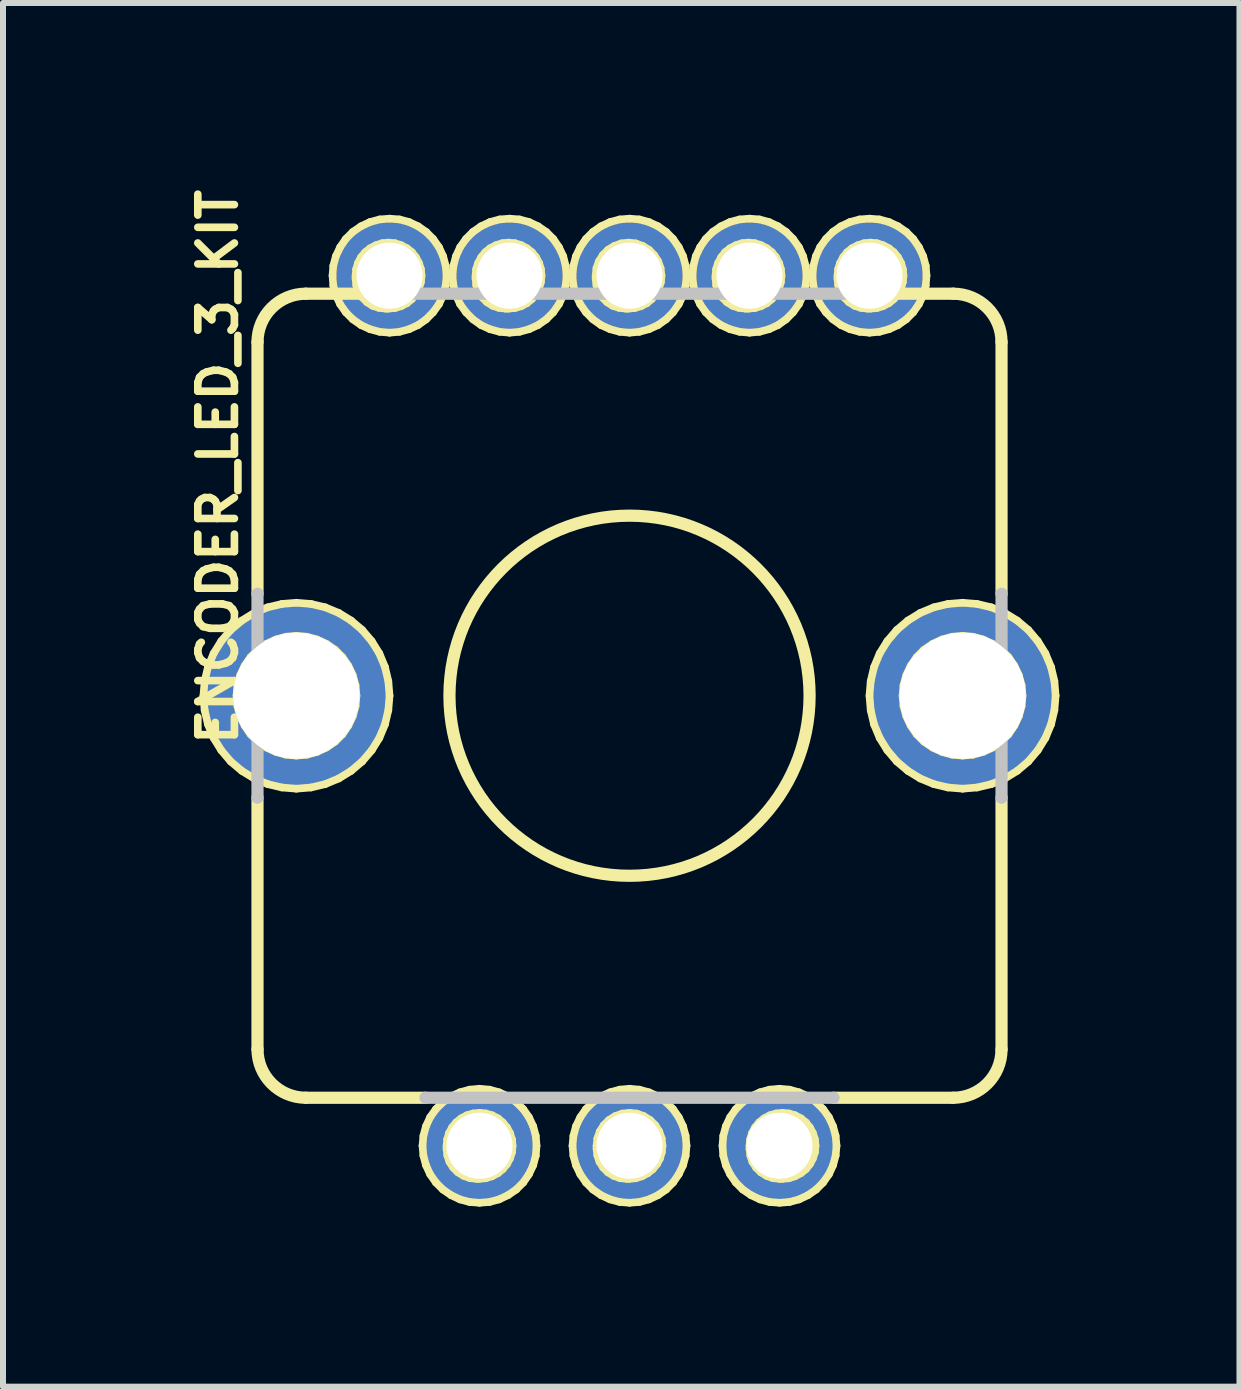
<source format=kicad_pcb>
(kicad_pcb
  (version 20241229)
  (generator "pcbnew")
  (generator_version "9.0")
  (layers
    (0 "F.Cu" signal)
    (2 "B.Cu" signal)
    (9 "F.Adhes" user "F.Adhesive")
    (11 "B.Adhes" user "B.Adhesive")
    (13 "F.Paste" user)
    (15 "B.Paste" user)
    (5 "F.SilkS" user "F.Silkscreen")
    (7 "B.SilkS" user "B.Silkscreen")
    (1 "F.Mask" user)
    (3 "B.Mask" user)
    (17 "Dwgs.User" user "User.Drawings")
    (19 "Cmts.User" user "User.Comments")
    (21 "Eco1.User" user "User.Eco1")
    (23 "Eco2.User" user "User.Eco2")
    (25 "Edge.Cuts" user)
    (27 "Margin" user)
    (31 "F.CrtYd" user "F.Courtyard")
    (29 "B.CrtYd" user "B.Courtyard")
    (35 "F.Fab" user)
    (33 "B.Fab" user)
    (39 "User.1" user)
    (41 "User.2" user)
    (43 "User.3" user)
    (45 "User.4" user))
  (footprint "ENCODER_LED_3_KIT"
    (layer "F.Cu")
    (at 7.438 8.541)
    (property "Reference" "ENCODER_LED_3_KIT" (at -6.858 -3.81 90) (layer "F.SilkS") (effects (font (size 0.61 0.61) (thickness 0.127))))
    (attr exclude_from_pos_files exclude_from_bom)
    (fp_line (start -7.099 0) (end -7.079 -0.241) (stroke (width 0.127) (type solid)) (layer "F.SilkS"))
    (fp_line (start -7.079 -0.241) (end -7.023 -0.478) (stroke (width 0.127) (type solid)) (layer "F.SilkS"))
    (fp_line (start -7.079 0.241) (end -7.099 0) (stroke (width 0.127) (type solid)) (layer "F.SilkS"))
    (fp_line (start -7.023 -0.478) (end -6.929 -0.704) (stroke (width 0.127) (type solid)) (layer "F.SilkS"))
    (fp_line (start -7.023 0.478) (end -7.079 0.241) (stroke (width 0.127) (type solid)) (layer "F.SilkS"))
    (fp_line (start -6.929 -0.704) (end -6.802 -0.909) (stroke (width 0.127) (type solid)) (layer "F.SilkS"))
    (fp_line (start -6.929 0.704) (end -7.023 0.478) (stroke (width 0.127) (type solid)) (layer "F.SilkS"))
    (fp_line (start -6.802 -0.909) (end -6.645 -1.095) (stroke (width 0.127) (type solid)) (layer "F.SilkS"))
    (fp_line (start -6.802 0.909) (end -6.929 0.704) (stroke (width 0.127) (type solid)) (layer "F.SilkS"))
    (fp_line (start -6.645 -1.095) (end -6.459 -1.252) (stroke (width 0.127) (type solid)) (layer "F.SilkS"))
    (fp_line (start -6.645 1.095) (end -6.802 0.909) (stroke (width 0.127) (type solid)) (layer "F.SilkS"))
    (fp_line (start -6.548 0) (end -6.533 0.173) (stroke (width 0.127) (type solid)) (layer "F.SilkS"))
    (fp_line (start -6.533 -0.173) (end -6.548 0) (stroke (width 0.127) (type solid)) (layer "F.SilkS"))
    (fp_line (start -6.533 0.173) (end -6.487 0.34) (stroke (width 0.127) (type solid)) (layer "F.SilkS"))
    (fp_line (start -6.487 -0.34) (end -6.533 -0.173) (stroke (width 0.127) (type solid)) (layer "F.SilkS"))
    (fp_line (start -6.487 0.34) (end -6.413 0.498) (stroke (width 0.127) (type solid)) (layer "F.SilkS"))
    (fp_line (start -6.459 -1.252) (end -6.253 -1.379) (stroke (width 0.127) (type solid)) (layer "F.SilkS"))
    (fp_line (start -6.459 1.252) (end -6.645 1.095) (stroke (width 0.127) (type solid)) (layer "F.SilkS"))
    (fp_line (start -6.413 -0.498) (end -6.487 -0.34) (stroke (width 0.127) (type solid)) (layer "F.SilkS"))
    (fp_line (start -6.413 0.498) (end -6.314 0.643) (stroke (width 0.127) (type solid)) (layer "F.SilkS"))
    (fp_line (start -6.314 -0.643) (end -6.413 -0.498) (stroke (width 0.127) (type solid)) (layer "F.SilkS"))
    (fp_line (start -6.314 0.643) (end -6.193 0.765) (stroke (width 0.127) (type solid)) (layer "F.SilkS"))
    (fp_line (start -6.253 -1.379) (end -6.027 -1.473) (stroke (width 0.127) (type solid)) (layer "F.SilkS"))
    (fp_line (start -6.253 1.379) (end -6.459 1.252) (stroke (width 0.127) (type solid)) (layer "F.SilkS"))
    (fp_line (start -6.198 -1.699) (end -6.198 -5.893) (stroke (width 0.203) (type solid)) (layer "F.SilkS"))
    (fp_line (start -6.198 1.699) (end -6.198 5.893) (stroke (width 0.203) (type solid)) (layer "F.SilkS"))
    (fp_line (start -6.193 -0.765) (end -6.314 -0.643) (stroke (width 0.127) (type solid)) (layer "F.SilkS"))
    (fp_line (start -6.193 0.765) (end -6.048 0.864) (stroke (width 0.127) (type solid)) (layer "F.SilkS"))
    (fp_line (start -6.048 -0.864) (end -6.193 -0.765) (stroke (width 0.127) (type solid)) (layer "F.SilkS"))
    (fp_line (start -6.048 0.864) (end -5.89 0.937) (stroke (width 0.127) (type solid)) (layer "F.SilkS"))
    (fp_line (start -6.027 -1.473) (end -5.791 -1.529) (stroke (width 0.127) (type solid)) (layer "F.SilkS"))
    (fp_line (start -6.027 1.473) (end -6.253 1.379) (stroke (width 0.127) (type solid)) (layer "F.SilkS"))
    (fp_line (start -5.89 -0.937) (end -6.048 -0.864) (stroke (width 0.127) (type solid)) (layer "F.SilkS"))
    (fp_line (start -5.89 0.937) (end -5.723 0.983) (stroke (width 0.127) (type solid)) (layer "F.SilkS"))
    (fp_line (start -5.791 -1.529) (end -5.55 -1.549) (stroke (width 0.127) (type solid)) (layer "F.SilkS"))
    (fp_line (start -5.791 1.529) (end -6.027 1.473) (stroke (width 0.127) (type solid)) (layer "F.SilkS"))
    (fp_line (start -5.723 -0.983) (end -5.89 -0.937) (stroke (width 0.127) (type solid)) (layer "F.SilkS"))
    (fp_line (start -5.723 0.983) (end -5.55 0.998) (stroke (width 0.127) (type solid)) (layer "F.SilkS"))
    (fp_line (start -5.55 -1.549) (end -5.306 -1.529) (stroke (width 0.127) (type solid)) (layer "F.SilkS"))
    (fp_line (start -5.55 -0.998) (end -5.723 -0.983) (stroke (width 0.127) (type solid)) (layer "F.SilkS"))
    (fp_line (start -5.55 0.998) (end -5.375 0.983) (stroke (width 0.127) (type solid)) (layer "F.SilkS"))
    (fp_line (start -5.55 1.549) (end -5.791 1.529) (stroke (width 0.127) (type solid)) (layer "F.SilkS"))
    (fp_line (start -5.392 -6.698) (end -3.899 -6.698) (stroke (width 0.203) (type solid)) (layer "F.SilkS"))
    (fp_line (start -5.392 6.698) (end -3.399 6.698) (stroke (width 0.203) (type solid)) (layer "F.SilkS"))
    (fp_line (start -5.375 -0.983) (end -5.55 -0.998) (stroke (width 0.127) (type solid)) (layer "F.SilkS"))
    (fp_line (start -5.375 0.983) (end -5.207 0.937) (stroke (width 0.127) (type solid)) (layer "F.SilkS"))
    (fp_line (start -5.306 -1.529) (end -5.07 -1.473) (stroke (width 0.127) (type solid)) (layer "F.SilkS"))
    (fp_line (start -5.306 1.529) (end -5.55 1.549) (stroke (width 0.127) (type solid)) (layer "F.SilkS"))
    (fp_line (start -5.207 -0.937) (end -5.375 -0.983) (stroke (width 0.127) (type solid)) (layer "F.SilkS"))
    (fp_line (start -5.207 0.937) (end -5.05 0.864) (stroke (width 0.127) (type solid)) (layer "F.SilkS"))
    (fp_line (start -5.07 -1.473) (end -4.844 -1.379) (stroke (width 0.127) (type solid)) (layer "F.SilkS"))
    (fp_line (start -5.07 1.473) (end -5.306 1.529) (stroke (width 0.127) (type solid)) (layer "F.SilkS"))
    (fp_line (start -5.05 -0.864) (end -5.207 -0.937) (stroke (width 0.127) (type solid)) (layer "F.SilkS"))
    (fp_line (start -5.05 0.864) (end -4.905 0.765) (stroke (width 0.127) (type solid)) (layer "F.SilkS"))
    (fp_line (start -4.948 -6.998) (end -4.935 -6.833) (stroke (width 0.127) (type solid)) (layer "F.SilkS"))
    (fp_line (start -4.935 -7.163) (end -4.948 -6.998) (stroke (width 0.127) (type solid)) (layer "F.SilkS"))
    (fp_line (start -4.935 -6.833) (end -4.892 -6.673) (stroke (width 0.127) (type solid)) (layer "F.SilkS"))
    (fp_line (start -4.905 -0.765) (end -5.05 -0.864) (stroke (width 0.127) (type solid)) (layer "F.SilkS"))
    (fp_line (start -4.905 0.765) (end -4.783 0.643) (stroke (width 0.127) (type solid)) (layer "F.SilkS"))
    (fp_line (start -4.892 -7.323) (end -4.935 -7.163) (stroke (width 0.127) (type solid)) (layer "F.SilkS"))
    (fp_line (start -4.892 -6.673) (end -4.821 -6.523) (stroke (width 0.127) (type solid)) (layer "F.SilkS"))
    (fp_line (start -4.844 -1.379) (end -4.638 -1.252) (stroke (width 0.127) (type solid)) (layer "F.SilkS"))
    (fp_line (start -4.844 1.379) (end -5.07 1.473) (stroke (width 0.127) (type solid)) (layer "F.SilkS"))
    (fp_line (start -4.821 -7.473) (end -4.892 -7.323) (stroke (width 0.127) (type solid)) (layer "F.SilkS"))
    (fp_line (start -4.821 -6.523) (end -4.727 -6.388) (stroke (width 0.127) (type solid)) (layer "F.SilkS"))
    (fp_line (start -4.783 -0.643) (end -4.905 -0.765) (stroke (width 0.127) (type solid)) (layer "F.SilkS"))
    (fp_line (start -4.783 0.643) (end -4.684 0.498) (stroke (width 0.127) (type solid)) (layer "F.SilkS"))
    (fp_line (start -4.727 -7.61) (end -4.821 -7.473) (stroke (width 0.127) (type solid)) (layer "F.SilkS"))
    (fp_line (start -4.727 -6.388) (end -4.61 -6.271) (stroke (width 0.127) (type solid)) (layer "F.SilkS"))
    (fp_line (start -4.684 -0.498) (end -4.783 -0.643) (stroke (width 0.127) (type solid)) (layer "F.SilkS"))
    (fp_line (start -4.684 0.498) (end -4.61 0.34) (stroke (width 0.127) (type solid)) (layer "F.SilkS"))
    (fp_line (start -4.638 -1.252) (end -4.453 -1.095) (stroke (width 0.127) (type solid)) (layer "F.SilkS"))
    (fp_line (start -4.638 1.252) (end -4.844 1.379) (stroke (width 0.127) (type solid)) (layer "F.SilkS"))
    (fp_line (start -4.61 -7.727) (end -4.727 -7.61) (stroke (width 0.127) (type solid)) (layer "F.SilkS"))
    (fp_line (start -4.61 -6.271) (end -4.473 -6.175) (stroke (width 0.127) (type solid)) (layer "F.SilkS"))
    (fp_line (start -4.61 -0.34) (end -4.684 -0.498) (stroke (width 0.127) (type solid)) (layer "F.SilkS"))
    (fp_line (start -4.61 0.34) (end -4.564 0.173) (stroke (width 0.127) (type solid)) (layer "F.SilkS"))
    (fp_line (start -4.564 -6.998) (end -4.564 -6.949) (stroke (width 0.127) (type solid)) (layer "F.SilkS"))
    (fp_line (start -4.564 -6.949) (end -4.552 -6.838) (stroke (width 0.127) (type solid)) (layer "F.SilkS"))
    (fp_line (start -4.564 -0.173) (end -4.61 -0.34) (stroke (width 0.127) (type solid)) (layer "F.SilkS"))
    (fp_line (start -4.564 0.173) (end -4.549 0) (stroke (width 0.127) (type solid)) (layer "F.SilkS"))
    (fp_line (start -4.554 -7.107) (end -4.564 -6.998) (stroke (width 0.127) (type solid)) (layer "F.SilkS"))
    (fp_line (start -4.552 -6.838) (end -4.516 -6.731) (stroke (width 0.127) (type solid)) (layer "F.SilkS"))
    (fp_line (start -4.549 0) (end -4.564 -0.173) (stroke (width 0.127) (type solid)) (layer "F.SilkS"))
    (fp_line (start -4.524 -7.209) (end -4.554 -7.107) (stroke (width 0.127) (type solid)) (layer "F.SilkS"))
    (fp_line (start -4.516 -6.731) (end -4.455 -6.637) (stroke (width 0.127) (type solid)) (layer "F.SilkS"))
    (fp_line (start -4.473 -7.821) (end -4.61 -7.727) (stroke (width 0.127) (type solid)) (layer "F.SilkS"))
    (fp_line (start -4.473 -7.305) (end -4.524 -7.209) (stroke (width 0.127) (type solid)) (layer "F.SilkS"))
    (fp_line (start -4.473 -6.175) (end -4.323 -6.106) (stroke (width 0.127) (type solid)) (layer "F.SilkS"))
    (fp_line (start -4.455 -6.637) (end -4.376 -6.558) (stroke (width 0.127) (type solid)) (layer "F.SilkS"))
    (fp_line (start -4.453 -1.095) (end -4.295 -0.909) (stroke (width 0.127) (type solid)) (layer "F.SilkS"))
    (fp_line (start -4.453 1.095) (end -4.638 1.252) (stroke (width 0.127) (type solid)) (layer "F.SilkS"))
    (fp_line (start -4.404 -7.389) (end -4.473 -7.305) (stroke (width 0.127) (type solid)) (layer "F.SilkS"))
    (fp_line (start -4.376 -6.558) (end -4.282 -6.497) (stroke (width 0.127) (type solid)) (layer "F.SilkS"))
    (fp_line (start -4.323 -7.892) (end -4.473 -7.821) (stroke (width 0.127) (type solid)) (layer "F.SilkS"))
    (fp_line (start -4.323 -6.106) (end -4.163 -6.063) (stroke (width 0.127) (type solid)) (layer "F.SilkS"))
    (fp_line (start -4.321 -7.455) (end -4.404 -7.389) (stroke (width 0.127) (type solid)) (layer "F.SilkS"))
    (fp_line (start -4.295 -0.909) (end -4.168 -0.704) (stroke (width 0.127) (type solid)) (layer "F.SilkS"))
    (fp_line (start -4.295 0.909) (end -4.453 1.095) (stroke (width 0.127) (type solid)) (layer "F.SilkS"))
    (fp_line (start -4.282 -6.497) (end -4.176 -6.462) (stroke (width 0.127) (type solid)) (layer "F.SilkS"))
    (fp_line (start -4.224 -7.506) (end -4.321 -7.455) (stroke (width 0.127) (type solid)) (layer "F.SilkS"))
    (fp_line (start -4.176 -6.462) (end -4.064 -6.449) (stroke (width 0.127) (type solid)) (layer "F.SilkS"))
    (fp_line (start -4.168 -0.704) (end -4.074 -0.478) (stroke (width 0.127) (type solid)) (layer "F.SilkS"))
    (fp_line (start -4.168 0.704) (end -4.295 0.909) (stroke (width 0.127) (type solid)) (layer "F.SilkS"))
    (fp_line (start -4.163 -7.935) (end -4.323 -7.892) (stroke (width 0.127) (type solid)) (layer "F.SilkS"))
    (fp_line (start -4.163 -6.063) (end -3.998 -6.048) (stroke (width 0.127) (type solid)) (layer "F.SilkS"))
    (fp_line (start -4.122 -7.539) (end -4.224 -7.506) (stroke (width 0.127) (type solid)) (layer "F.SilkS"))
    (fp_line (start -4.074 -0.478) (end -4.018 -0.241) (stroke (width 0.127) (type solid)) (layer "F.SilkS"))
    (fp_line (start -4.074 0.478) (end -4.168 0.704) (stroke (width 0.127) (type solid)) (layer "F.SilkS"))
    (fp_line (start -4.064 -6.449) (end -4.016 -6.449) (stroke (width 0.127) (type solid)) (layer "F.SilkS"))
    (fp_line (start -4.018 -0.241) (end -3.998 0) (stroke (width 0.127) (type solid)) (layer "F.SilkS"))
    (fp_line (start -4.018 0.241) (end -4.074 0.478) (stroke (width 0.127) (type solid)) (layer "F.SilkS"))
    (fp_line (start -4.016 -7.549) (end -4.122 -7.539) (stroke (width 0.127) (type solid)) (layer "F.SilkS"))
    (fp_line (start -4.016 -6.449) (end -3.907 -6.459) (stroke (width 0.127) (type solid)) (layer "F.SilkS"))
    (fp_line (start -3.998 -7.948) (end -4.163 -7.935) (stroke (width 0.127) (type solid)) (layer "F.SilkS"))
    (fp_line (start -3.998 -6.048) (end -3.833 -6.063) (stroke (width 0.127) (type solid)) (layer "F.SilkS"))
    (fp_line (start -3.998 0) (end -4.018 0.241) (stroke (width 0.127) (type solid)) (layer "F.SilkS"))
    (fp_line (start -3.907 -7.539) (end -4.016 -7.549) (stroke (width 0.127) (type solid)) (layer "F.SilkS"))
    (fp_line (start -3.907 -6.459) (end -3.805 -6.49) (stroke (width 0.127) (type solid)) (layer "F.SilkS"))
    (fp_line (start -3.833 -7.935) (end -3.998 -7.948) (stroke (width 0.127) (type solid)) (layer "F.SilkS"))
    (fp_line (start -3.833 -6.063) (end -3.673 -6.106) (stroke (width 0.127) (type solid)) (layer "F.SilkS"))
    (fp_line (start -3.805 -7.506) (end -3.907 -7.539) (stroke (width 0.127) (type solid)) (layer "F.SilkS"))
    (fp_line (start -3.805 -6.49) (end -3.708 -6.54) (stroke (width 0.127) (type solid)) (layer "F.SilkS"))
    (fp_line (start -3.708 -7.455) (end -3.805 -7.506) (stroke (width 0.127) (type solid)) (layer "F.SilkS"))
    (fp_line (start -3.708 -6.54) (end -3.625 -6.609) (stroke (width 0.127) (type solid)) (layer "F.SilkS"))
    (fp_line (start -3.673 -7.892) (end -3.833 -7.935) (stroke (width 0.127) (type solid)) (layer "F.SilkS"))
    (fp_line (start -3.673 -6.106) (end -3.523 -6.175) (stroke (width 0.127) (type solid)) (layer "F.SilkS"))
    (fp_line (start -3.625 -7.389) (end -3.708 -7.455) (stroke (width 0.127) (type solid)) (layer "F.SilkS"))
    (fp_line (start -3.625 -6.609) (end -3.559 -6.693) (stroke (width 0.127) (type solid)) (layer "F.SilkS"))
    (fp_line (start -3.559 -7.305) (end -3.625 -7.389) (stroke (width 0.127) (type solid)) (layer "F.SilkS"))
    (fp_line (start -3.559 -6.693) (end -3.508 -6.789) (stroke (width 0.127) (type solid)) (layer "F.SilkS"))
    (fp_line (start -3.523 -7.821) (end -3.673 -7.892) (stroke (width 0.127) (type solid)) (layer "F.SilkS"))
    (fp_line (start -3.523 -6.175) (end -3.388 -6.271) (stroke (width 0.127) (type solid)) (layer "F.SilkS"))
    (fp_line (start -3.508 -7.209) (end -3.559 -7.305) (stroke (width 0.127) (type solid)) (layer "F.SilkS"))
    (fp_line (start -3.508 -6.789) (end -3.475 -6.891) (stroke (width 0.127) (type solid)) (layer "F.SilkS"))
    (fp_line (start -3.475 -7.107) (end -3.508 -7.209) (stroke (width 0.127) (type solid)) (layer "F.SilkS"))
    (fp_line (start -3.475 -6.891) (end -3.465 -6.998) (stroke (width 0.127) (type solid)) (layer "F.SilkS"))
    (fp_line (start -3.465 -6.998) (end -3.475 -7.107) (stroke (width 0.127) (type solid)) (layer "F.SilkS"))
    (fp_line (start -3.449 7.498) (end -3.434 7.663) (stroke (width 0.127) (type solid)) (layer "F.SilkS"))
    (fp_line (start -3.434 7.333) (end -3.449 7.498) (stroke (width 0.127) (type solid)) (layer "F.SilkS"))
    (fp_line (start -3.434 7.663) (end -3.391 7.823) (stroke (width 0.127) (type solid)) (layer "F.SilkS"))
    (fp_line (start -3.391 7.173) (end -3.434 7.333) (stroke (width 0.127) (type solid)) (layer "F.SilkS"))
    (fp_line (start -3.391 7.823) (end -3.322 7.973) (stroke (width 0.127) (type solid)) (layer "F.SilkS"))
    (fp_line (start -3.388 -7.727) (end -3.523 -7.821) (stroke (width 0.127) (type solid)) (layer "F.SilkS"))
    (fp_line (start -3.388 -6.271) (end -3.272 -6.388) (stroke (width 0.127) (type solid)) (layer "F.SilkS"))
    (fp_line (start -3.322 7.023) (end -3.391 7.173) (stroke (width 0.127) (type solid)) (layer "F.SilkS"))
    (fp_line (start -3.322 7.973) (end -3.226 8.11) (stroke (width 0.127) (type solid)) (layer "F.SilkS"))
    (fp_line (start -3.272 -7.61) (end -3.388 -7.727) (stroke (width 0.127) (type solid)) (layer "F.SilkS"))
    (fp_line (start -3.272 -6.388) (end -3.175 -6.523) (stroke (width 0.127) (type solid)) (layer "F.SilkS"))
    (fp_line (start -3.226 6.888) (end -3.322 7.023) (stroke (width 0.127) (type solid)) (layer "F.SilkS"))
    (fp_line (start -3.226 8.11) (end -3.109 8.227) (stroke (width 0.127) (type solid)) (layer "F.SilkS"))
    (fp_line (start -3.175 -7.473) (end -3.272 -7.61) (stroke (width 0.127) (type solid)) (layer "F.SilkS"))
    (fp_line (start -3.175 -6.523) (end -3.106 -6.673) (stroke (width 0.127) (type solid)) (layer "F.SilkS"))
    (fp_line (start -3.109 6.772) (end -3.226 6.888) (stroke (width 0.127) (type solid)) (layer "F.SilkS"))
    (fp_line (start -3.109 8.227) (end -2.974 8.321) (stroke (width 0.127) (type solid)) (layer "F.SilkS"))
    (fp_line (start -3.106 -7.323) (end -3.175 -7.473) (stroke (width 0.127) (type solid)) (layer "F.SilkS"))
    (fp_line (start -3.106 -6.673) (end -3.063 -6.833) (stroke (width 0.127) (type solid)) (layer "F.SilkS"))
    (fp_line (start -3.063 -7.163) (end -3.106 -7.323) (stroke (width 0.127) (type solid)) (layer "F.SilkS"))
    (fp_line (start -3.063 -6.833) (end -3.048 -6.998) (stroke (width 0.127) (type solid)) (layer "F.SilkS"))
    (fp_line (start -3.048 -6.998) (end -3.063 -7.163) (stroke (width 0.127) (type solid)) (layer "F.SilkS"))
    (fp_line (start -3.048 7.498) (end -3.048 7.549) (stroke (width 0.127) (type solid)) (layer "F.SilkS"))
    (fp_line (start -3.048 7.549) (end -3.035 7.661) (stroke (width 0.127) (type solid)) (layer "F.SilkS"))
    (fp_line (start -3.038 7.391) (end -3.048 7.498) (stroke (width 0.127) (type solid)) (layer "F.SilkS"))
    (fp_line (start -3.035 7.661) (end -3 7.765) (stroke (width 0.127) (type solid)) (layer "F.SilkS"))
    (fp_line (start -3.007 7.287) (end -3.038 7.391) (stroke (width 0.127) (type solid)) (layer "F.SilkS"))
    (fp_line (start -3 7.765) (end -2.939 7.861) (stroke (width 0.127) (type solid)) (layer "F.SilkS"))
    (fp_line (start -2.974 6.675) (end -3.109 6.772) (stroke (width 0.127) (type solid)) (layer "F.SilkS"))
    (fp_line (start -2.974 8.321) (end -2.824 8.392) (stroke (width 0.127) (type solid)) (layer "F.SilkS"))
    (fp_line (start -2.957 7.193) (end -3.007 7.287) (stroke (width 0.127) (type solid)) (layer "F.SilkS"))
    (fp_line (start -2.949 -6.998) (end -2.934 -6.833) (stroke (width 0.127) (type solid)) (layer "F.SilkS"))
    (fp_line (start -2.939 7.861) (end -2.86 7.94) (stroke (width 0.127) (type solid)) (layer "F.SilkS"))
    (fp_line (start -2.934 -7.163) (end -2.949 -6.998) (stroke (width 0.127) (type solid)) (layer "F.SilkS"))
    (fp_line (start -2.934 -6.833) (end -2.891 -6.673) (stroke (width 0.127) (type solid)) (layer "F.SilkS"))
    (fp_line (start -2.891 -7.323) (end -2.934 -7.163) (stroke (width 0.127) (type solid)) (layer "F.SilkS"))
    (fp_line (start -2.891 -6.673) (end -2.822 -6.523) (stroke (width 0.127) (type solid)) (layer "F.SilkS"))
    (fp_line (start -2.888 7.109) (end -2.957 7.193) (stroke (width 0.127) (type solid)) (layer "F.SilkS"))
    (fp_line (start -2.86 7.94) (end -2.766 7.998) (stroke (width 0.127) (type solid)) (layer "F.SilkS"))
    (fp_line (start -2.824 6.607) (end -2.974 6.675) (stroke (width 0.127) (type solid)) (layer "F.SilkS"))
    (fp_line (start -2.824 8.392) (end -2.664 8.435) (stroke (width 0.127) (type solid)) (layer "F.SilkS"))
    (fp_line (start -2.822 -7.473) (end -2.891 -7.323) (stroke (width 0.127) (type solid)) (layer "F.SilkS"))
    (fp_line (start -2.822 -6.523) (end -2.725 -6.388) (stroke (width 0.127) (type solid)) (layer "F.SilkS"))
    (fp_line (start -2.804 7.041) (end -2.888 7.109) (stroke (width 0.127) (type solid)) (layer "F.SilkS"))
    (fp_line (start -2.766 7.998) (end -2.659 8.037) (stroke (width 0.127) (type solid)) (layer "F.SilkS"))
    (fp_line (start -2.725 -7.61) (end -2.822 -7.473) (stroke (width 0.127) (type solid)) (layer "F.SilkS"))
    (fp_line (start -2.725 -6.388) (end -2.609 -6.271) (stroke (width 0.127) (type solid)) (layer "F.SilkS"))
    (fp_line (start -2.71 6.99) (end -2.804 7.041) (stroke (width 0.127) (type solid)) (layer "F.SilkS"))
    (fp_line (start -2.664 6.563) (end -2.824 6.607) (stroke (width 0.127) (type solid)) (layer "F.SilkS"))
    (fp_line (start -2.664 8.435) (end -2.499 8.448) (stroke (width 0.127) (type solid)) (layer "F.SilkS"))
    (fp_line (start -2.659 8.037) (end -2.548 8.049) (stroke (width 0.127) (type solid)) (layer "F.SilkS"))
    (fp_line (start -2.609 -7.727) (end -2.725 -7.61) (stroke (width 0.127) (type solid)) (layer "F.SilkS"))
    (fp_line (start -2.609 -6.271) (end -2.474 -6.175) (stroke (width 0.127) (type solid)) (layer "F.SilkS"))
    (fp_line (start -2.606 6.96) (end -2.71 6.99) (stroke (width 0.127) (type solid)) (layer "F.SilkS"))
    (fp_line (start -2.565 -6.998) (end -2.565 -6.949) (stroke (width 0.127) (type solid)) (layer "F.SilkS"))
    (fp_line (start -2.565 -6.949) (end -2.553 -6.838) (stroke (width 0.127) (type solid)) (layer "F.SilkS"))
    (fp_line (start -2.555 -7.107) (end -2.565 -6.998) (stroke (width 0.127) (type solid)) (layer "F.SilkS"))
    (fp_line (start -2.553 -6.838) (end -2.515 -6.731) (stroke (width 0.127) (type solid)) (layer "F.SilkS"))
    (fp_line (start -2.548 8.049) (end -2.499 8.049) (stroke (width 0.127) (type solid)) (layer "F.SilkS"))
    (fp_line (start -2.522 -7.209) (end -2.555 -7.107) (stroke (width 0.127) (type solid)) (layer "F.SilkS"))
    (fp_line (start -2.515 -6.731) (end -2.456 -6.637) (stroke (width 0.127) (type solid)) (layer "F.SilkS"))
    (fp_line (start -2.499 6.548) (end -2.664 6.563) (stroke (width 0.127) (type solid)) (layer "F.SilkS"))
    (fp_line (start -2.499 6.949) (end -2.606 6.96) (stroke (width 0.127) (type solid)) (layer "F.SilkS"))
    (fp_line (start -2.499 8.049) (end -2.393 8.039) (stroke (width 0.127) (type solid)) (layer "F.SilkS"))
    (fp_line (start -2.499 8.448) (end -2.334 8.435) (stroke (width 0.127) (type solid)) (layer "F.SilkS"))
    (fp_line (start -2.474 -7.821) (end -2.609 -7.727) (stroke (width 0.127) (type solid)) (layer "F.SilkS"))
    (fp_line (start -2.474 -6.175) (end -2.324 -6.106) (stroke (width 0.127) (type solid)) (layer "F.SilkS"))
    (fp_line (start -2.471 -7.305) (end -2.522 -7.209) (stroke (width 0.127) (type solid)) (layer "F.SilkS"))
    (fp_line (start -2.456 -6.637) (end -2.377 -6.558) (stroke (width 0.127) (type solid)) (layer "F.SilkS"))
    (fp_line (start -2.403 -7.389) (end -2.471 -7.305) (stroke (width 0.127) (type solid)) (layer "F.SilkS"))
    (fp_line (start -2.393 6.96) (end -2.499 6.949) (stroke (width 0.127) (type solid)) (layer "F.SilkS"))
    (fp_line (start -2.393 8.039) (end -2.289 8.006) (stroke (width 0.127) (type solid)) (layer "F.SilkS"))
    (fp_line (start -2.377 -6.558) (end -2.281 -6.497) (stroke (width 0.127) (type solid)) (layer "F.SilkS"))
    (fp_line (start -2.334 6.563) (end -2.499 6.548) (stroke (width 0.127) (type solid)) (layer "F.SilkS"))
    (fp_line (start -2.334 8.435) (end -2.174 8.392) (stroke (width 0.127) (type solid)) (layer "F.SilkS"))
    (fp_line (start -2.324 -7.892) (end -2.474 -7.821) (stroke (width 0.127) (type solid)) (layer "F.SilkS"))
    (fp_line (start -2.324 -6.106) (end -2.164 -6.063) (stroke (width 0.127) (type solid)) (layer "F.SilkS"))
    (fp_line (start -2.322 -7.455) (end -2.403 -7.389) (stroke (width 0.127) (type solid)) (layer "F.SilkS"))
    (fp_line (start -2.289 6.99) (end -2.393 6.96) (stroke (width 0.127) (type solid)) (layer "F.SilkS"))
    (fp_line (start -2.289 8.006) (end -2.192 7.955) (stroke (width 0.127) (type solid)) (layer "F.SilkS"))
    (fp_line (start -2.281 -6.497) (end -2.177 -6.462) (stroke (width 0.127) (type solid)) (layer "F.SilkS"))
    (fp_line (start -2.225 -7.506) (end -2.322 -7.455) (stroke (width 0.127) (type solid)) (layer "F.SilkS"))
    (fp_line (start -2.192 7.041) (end -2.289 6.99) (stroke (width 0.127) (type solid)) (layer "F.SilkS"))
    (fp_line (start -2.192 7.955) (end -2.111 7.887) (stroke (width 0.127) (type solid)) (layer "F.SilkS"))
    (fp_line (start -2.177 -6.462) (end -2.065 -6.449) (stroke (width 0.127) (type solid)) (layer "F.SilkS"))
    (fp_line (start -2.174 6.607) (end -2.334 6.563) (stroke (width 0.127) (type solid)) (layer "F.SilkS"))
    (fp_line (start -2.174 8.392) (end -2.024 8.321) (stroke (width 0.127) (type solid)) (layer "F.SilkS"))
    (fp_line (start -2.164 -7.935) (end -2.324 -7.892) (stroke (width 0.127) (type solid)) (layer "F.SilkS"))
    (fp_line (start -2.164 -6.063) (end -1.999 -6.048) (stroke (width 0.127) (type solid)) (layer "F.SilkS"))
    (fp_line (start -2.121 -7.539) (end -2.225 -7.506) (stroke (width 0.127) (type solid)) (layer "F.SilkS"))
    (fp_line (start -2.111 7.109) (end -2.192 7.041) (stroke (width 0.127) (type solid)) (layer "F.SilkS"))
    (fp_line (start -2.111 7.887) (end -2.042 7.805) (stroke (width 0.127) (type solid)) (layer "F.SilkS"))
    (fp_line (start -2.065 -6.449) (end -2.014 -6.449) (stroke (width 0.127) (type solid)) (layer "F.SilkS"))
    (fp_line (start -2.042 7.193) (end -2.111 7.109) (stroke (width 0.127) (type solid)) (layer "F.SilkS"))
    (fp_line (start -2.042 7.805) (end -1.991 7.709) (stroke (width 0.127) (type solid)) (layer "F.SilkS"))
    (fp_line (start -2.024 6.675) (end -2.174 6.607) (stroke (width 0.127) (type solid)) (layer "F.SilkS"))
    (fp_line (start -2.024 8.321) (end -1.887 8.227) (stroke (width 0.127) (type solid)) (layer "F.SilkS"))
    (fp_line (start -2.014 -7.549) (end -2.121 -7.539) (stroke (width 0.127) (type solid)) (layer "F.SilkS"))
    (fp_line (start -2.014 -6.449) (end -1.908 -6.459) (stroke (width 0.127) (type solid)) (layer "F.SilkS"))
    (fp_line (start -1.999 -7.948) (end -2.164 -7.935) (stroke (width 0.127) (type solid)) (layer "F.SilkS"))
    (fp_line (start -1.999 -6.048) (end -1.834 -6.063) (stroke (width 0.127) (type solid)) (layer "F.SilkS"))
    (fp_line (start -1.991 7.287) (end -2.042 7.193) (stroke (width 0.127) (type solid)) (layer "F.SilkS"))
    (fp_line (start -1.991 7.709) (end -1.958 7.607) (stroke (width 0.127) (type solid)) (layer "F.SilkS"))
    (fp_line (start -1.958 7.391) (end -1.991 7.287) (stroke (width 0.127) (type solid)) (layer "F.SilkS"))
    (fp_line (start -1.958 7.607) (end -1.948 7.498) (stroke (width 0.127) (type solid)) (layer "F.SilkS"))
    (fp_line (start -1.948 7.498) (end -1.958 7.391) (stroke (width 0.127) (type solid)) (layer "F.SilkS"))
    (fp_line (start -1.908 -7.539) (end -2.014 -7.549) (stroke (width 0.127) (type solid)) (layer "F.SilkS"))
    (fp_line (start -1.908 -6.459) (end -1.803 -6.49) (stroke (width 0.127) (type solid)) (layer "F.SilkS"))
    (fp_line (start -1.887 6.772) (end -2.024 6.675) (stroke (width 0.127) (type solid)) (layer "F.SilkS"))
    (fp_line (start -1.887 8.227) (end -1.77 8.11) (stroke (width 0.127) (type solid)) (layer "F.SilkS"))
    (fp_line (start -1.834 -7.935) (end -1.999 -7.948) (stroke (width 0.127) (type solid)) (layer "F.SilkS"))
    (fp_line (start -1.834 -6.063) (end -1.674 -6.106) (stroke (width 0.127) (type solid)) (layer "F.SilkS"))
    (fp_line (start -1.803 -7.506) (end -1.908 -7.539) (stroke (width 0.127) (type solid)) (layer "F.SilkS"))
    (fp_line (start -1.803 -6.49) (end -1.709 -6.54) (stroke (width 0.127) (type solid)) (layer "F.SilkS"))
    (fp_line (start -1.77 6.888) (end -1.887 6.772) (stroke (width 0.127) (type solid)) (layer "F.SilkS"))
    (fp_line (start -1.77 8.11) (end -1.676 7.973) (stroke (width 0.127) (type solid)) (layer "F.SilkS"))
    (fp_line (start -1.709 -7.455) (end -1.803 -7.506) (stroke (width 0.127) (type solid)) (layer "F.SilkS"))
    (fp_line (start -1.709 -6.54) (end -1.626 -6.609) (stroke (width 0.127) (type solid)) (layer "F.SilkS"))
    (fp_line (start -1.676 7.023) (end -1.77 6.888) (stroke (width 0.127) (type solid)) (layer "F.SilkS"))
    (fp_line (start -1.676 7.973) (end -1.605 7.823) (stroke (width 0.127) (type solid)) (layer "F.SilkS"))
    (fp_line (start -1.674 -7.892) (end -1.834 -7.935) (stroke (width 0.127) (type solid)) (layer "F.SilkS"))
    (fp_line (start -1.674 -6.106) (end -1.524 -6.175) (stroke (width 0.127) (type solid)) (layer "F.SilkS"))
    (fp_line (start -1.626 -7.389) (end -1.709 -7.455) (stroke (width 0.127) (type solid)) (layer "F.SilkS"))
    (fp_line (start -1.626 -6.609) (end -1.557 -6.693) (stroke (width 0.127) (type solid)) (layer "F.SilkS"))
    (fp_line (start -1.605 7.173) (end -1.676 7.023) (stroke (width 0.127) (type solid)) (layer "F.SilkS"))
    (fp_line (start -1.605 7.823) (end -1.562 7.663) (stroke (width 0.127) (type solid)) (layer "F.SilkS"))
    (fp_line (start -1.562 7.333) (end -1.605 7.173) (stroke (width 0.127) (type solid)) (layer "F.SilkS"))
    (fp_line (start -1.562 7.663) (end -1.549 7.498) (stroke (width 0.127) (type solid)) (layer "F.SilkS"))
    (fp_line (start -1.557 -7.305) (end -1.626 -7.389) (stroke (width 0.127) (type solid)) (layer "F.SilkS"))
    (fp_line (start -1.557 -6.693) (end -1.506 -6.789) (stroke (width 0.127) (type solid)) (layer "F.SilkS"))
    (fp_line (start -1.549 7.498) (end -1.562 7.333) (stroke (width 0.127) (type solid)) (layer "F.SilkS"))
    (fp_line (start -1.524 -7.821) (end -1.674 -7.892) (stroke (width 0.127) (type solid)) (layer "F.SilkS"))
    (fp_line (start -1.524 -6.175) (end -1.387 -6.271) (stroke (width 0.127) (type solid)) (layer "F.SilkS"))
    (fp_line (start -1.506 -7.209) (end -1.557 -7.305) (stroke (width 0.127) (type solid)) (layer "F.SilkS"))
    (fp_line (start -1.506 -6.789) (end -1.476 -6.891) (stroke (width 0.127) (type solid)) (layer "F.SilkS"))
    (fp_line (start -1.476 -7.107) (end -1.506 -7.209) (stroke (width 0.127) (type solid)) (layer "F.SilkS"))
    (fp_line (start -1.476 -6.891) (end -1.466 -6.998) (stroke (width 0.127) (type solid)) (layer "F.SilkS"))
    (fp_line (start -1.466 -6.998) (end -1.476 -7.107) (stroke (width 0.127) (type solid)) (layer "F.SilkS"))
    (fp_line (start -1.387 -7.727) (end -1.524 -7.821) (stroke (width 0.127) (type solid)) (layer "F.SilkS"))
    (fp_line (start -1.387 -6.271) (end -1.27 -6.388) (stroke (width 0.127) (type solid)) (layer "F.SilkS"))
    (fp_line (start -1.27 -7.61) (end -1.387 -7.727) (stroke (width 0.127) (type solid)) (layer "F.SilkS"))
    (fp_line (start -1.27 -6.388) (end -1.176 -6.523) (stroke (width 0.127) (type solid)) (layer "F.SilkS"))
    (fp_line (start -1.176 -7.473) (end -1.27 -7.61) (stroke (width 0.127) (type solid)) (layer "F.SilkS"))
    (fp_line (start -1.176 -6.523) (end -1.105 -6.673) (stroke (width 0.127) (type solid)) (layer "F.SilkS"))
    (fp_line (start -1.105 -7.323) (end -1.176 -7.473) (stroke (width 0.127) (type solid)) (layer "F.SilkS"))
    (fp_line (start -1.105 -6.673) (end -1.064 -6.833) (stroke (width 0.127) (type solid)) (layer "F.SilkS"))
    (fp_line (start -1.064 -7.163) (end -1.105 -7.323) (stroke (width 0.127) (type solid)) (layer "F.SilkS"))
    (fp_line (start -1.064 -6.833) (end -1.049 -6.998) (stroke (width 0.127) (type solid)) (layer "F.SilkS"))
    (fp_line (start -1.049 -6.998) (end -1.064 -7.163) (stroke (width 0.127) (type solid)) (layer "F.SilkS"))
    (fp_line (start -0.95 -6.998) (end -0.935 -6.833) (stroke (width 0.127) (type solid)) (layer "F.SilkS"))
    (fp_line (start -0.95 7.498) (end -0.935 7.663) (stroke (width 0.127) (type solid)) (layer "F.SilkS"))
    (fp_line (start -0.935 -7.163) (end -0.95 -6.998) (stroke (width 0.127) (type solid)) (layer "F.SilkS"))
    (fp_line (start -0.935 -6.833) (end -0.892 -6.673) (stroke (width 0.127) (type solid)) (layer "F.SilkS"))
    (fp_line (start -0.935 7.333) (end -0.95 7.498) (stroke (width 0.127) (type solid)) (layer "F.SilkS"))
    (fp_line (start -0.935 7.663) (end -0.892 7.823) (stroke (width 0.127) (type solid)) (layer "F.SilkS"))
    (fp_line (start -0.892 -7.323) (end -0.935 -7.163) (stroke (width 0.127) (type solid)) (layer "F.SilkS"))
    (fp_line (start -0.892 -6.673) (end -0.82 -6.523) (stroke (width 0.127) (type solid)) (layer "F.SilkS"))
    (fp_line (start -0.892 7.173) (end -0.935 7.333) (stroke (width 0.127) (type solid)) (layer "F.SilkS"))
    (fp_line (start -0.892 7.823) (end -0.82 7.973) (stroke (width 0.127) (type solid)) (layer "F.SilkS"))
    (fp_line (start -0.82 -7.473) (end -0.892 -7.323) (stroke (width 0.127) (type solid)) (layer "F.SilkS"))
    (fp_line (start -0.82 -6.523) (end -0.726 -6.388) (stroke (width 0.127) (type solid)) (layer "F.SilkS"))
    (fp_line (start -0.82 7.023) (end -0.892 7.173) (stroke (width 0.127) (type solid)) (layer "F.SilkS"))
    (fp_line (start -0.82 7.973) (end -0.726 8.11) (stroke (width 0.127) (type solid)) (layer "F.SilkS"))
    (fp_line (start -0.726 -7.61) (end -0.82 -7.473) (stroke (width 0.127) (type solid)) (layer "F.SilkS"))
    (fp_line (start -0.726 -6.388) (end -0.61 -6.271) (stroke (width 0.127) (type solid)) (layer "F.SilkS"))
    (fp_line (start -0.726 6.888) (end -0.82 7.023) (stroke (width 0.127) (type solid)) (layer "F.SilkS"))
    (fp_line (start -0.726 8.11) (end -0.61 8.227) (stroke (width 0.127) (type solid)) (layer "F.SilkS"))
    (fp_line (start -0.61 -7.727) (end -0.726 -7.61) (stroke (width 0.127) (type solid)) (layer "F.SilkS"))
    (fp_line (start -0.61 -6.271) (end -0.475 -6.175) (stroke (width 0.127) (type solid)) (layer "F.SilkS"))
    (fp_line (start -0.61 6.772) (end -0.726 6.888) (stroke (width 0.127) (type solid)) (layer "F.SilkS"))
    (fp_line (start -0.61 8.227) (end -0.475 8.321) (stroke (width 0.127) (type solid)) (layer "F.SilkS"))
    (fp_line (start -0.564 -6.998) (end -0.564 -6.949) (stroke (width 0.127) (type solid)) (layer "F.SilkS"))
    (fp_line (start -0.564 -6.949) (end -0.551 -6.838) (stroke (width 0.127) (type solid)) (layer "F.SilkS"))
    (fp_line (start -0.551 -7.122) (end -0.564 -6.998) (stroke (width 0.127) (type solid)) (layer "F.SilkS"))
    (fp_line (start -0.551 -6.838) (end -0.516 -6.731) (stroke (width 0.127) (type solid)) (layer "F.SilkS"))
    (fp_line (start -0.549 7.498) (end -0.549 7.549) (stroke (width 0.127) (type solid)) (layer "F.SilkS"))
    (fp_line (start -0.549 7.549) (end -0.536 7.661) (stroke (width 0.127) (type solid)) (layer "F.SilkS"))
    (fp_line (start -0.536 7.376) (end -0.549 7.498) (stroke (width 0.127) (type solid)) (layer "F.SilkS"))
    (fp_line (start -0.536 7.661) (end -0.5 7.765) (stroke (width 0.127) (type solid)) (layer "F.SilkS"))
    (fp_line (start -0.516 -6.731) (end -0.455 -6.637) (stroke (width 0.127) (type solid)) (layer "F.SilkS"))
    (fp_line (start -0.511 -7.236) (end -0.551 -7.122) (stroke (width 0.127) (type solid)) (layer "F.SilkS"))
    (fp_line (start -0.5 7.765) (end -0.439 7.861) (stroke (width 0.127) (type solid)) (layer "F.SilkS"))
    (fp_line (start -0.495 7.259) (end -0.536 7.376) (stroke (width 0.127) (type solid)) (layer "F.SilkS"))
    (fp_line (start -0.475 -7.821) (end -0.61 -7.727) (stroke (width 0.127) (type solid)) (layer "F.SilkS"))
    (fp_line (start -0.475 -6.175) (end -0.323 -6.106) (stroke (width 0.127) (type solid)) (layer "F.SilkS"))
    (fp_line (start -0.475 6.675) (end -0.61 6.772) (stroke (width 0.127) (type solid)) (layer "F.SilkS"))
    (fp_line (start -0.475 8.321) (end -0.323 8.392) (stroke (width 0.127) (type solid)) (layer "F.SilkS"))
    (fp_line (start -0.455 -6.637) (end -0.376 -6.558) (stroke (width 0.127) (type solid)) (layer "F.SilkS"))
    (fp_line (start -0.445 -7.341) (end -0.511 -7.236) (stroke (width 0.127) (type solid)) (layer "F.SilkS"))
    (fp_line (start -0.439 7.861) (end -0.361 7.94) (stroke (width 0.127) (type solid)) (layer "F.SilkS"))
    (fp_line (start -0.429 7.155) (end -0.495 7.259) (stroke (width 0.127) (type solid)) (layer "F.SilkS"))
    (fp_line (start -0.376 -6.558) (end -0.282 -6.497) (stroke (width 0.127) (type solid)) (layer "F.SilkS"))
    (fp_line (start -0.361 7.94) (end -0.267 7.998) (stroke (width 0.127) (type solid)) (layer "F.SilkS"))
    (fp_line (start -0.358 -7.429) (end -0.445 -7.341) (stroke (width 0.127) (type solid)) (layer "F.SilkS"))
    (fp_line (start -0.343 7.069) (end -0.429 7.155) (stroke (width 0.127) (type solid)) (layer "F.SilkS"))
    (fp_line (start -0.323 -7.892) (end -0.475 -7.821) (stroke (width 0.127) (type solid)) (layer "F.SilkS"))
    (fp_line (start -0.323 -6.106) (end -0.163 -6.063) (stroke (width 0.127) (type solid)) (layer "F.SilkS"))
    (fp_line (start -0.323 6.607) (end -0.475 6.675) (stroke (width 0.127) (type solid)) (layer "F.SilkS"))
    (fp_line (start -0.323 8.392) (end -0.163 8.435) (stroke (width 0.127) (type solid)) (layer "F.SilkS"))
    (fp_line (start -0.282 -6.497) (end -0.175 -6.462) (stroke (width 0.127) (type solid)) (layer "F.SilkS"))
    (fp_line (start -0.267 7.998) (end -0.16 8.037) (stroke (width 0.127) (type solid)) (layer "F.SilkS"))
    (fp_line (start -0.254 -7.493) (end -0.358 -7.429) (stroke (width 0.127) (type solid)) (layer "F.SilkS"))
    (fp_line (start -0.236 7.003) (end -0.343 7.069) (stroke (width 0.127) (type solid)) (layer "F.SilkS"))
    (fp_line (start -0.175 -6.462) (end -0.064 -6.449) (stroke (width 0.127) (type solid)) (layer "F.SilkS"))
    (fp_line (start -0.163 -7.935) (end -0.323 -7.892) (stroke (width 0.127) (type solid)) (layer "F.SilkS"))
    (fp_line (start -0.163 -6.063) (end 0 -6.048) (stroke (width 0.127) (type solid)) (layer "F.SilkS"))
    (fp_line (start -0.163 6.563) (end -0.323 6.607) (stroke (width 0.127) (type solid)) (layer "F.SilkS"))
    (fp_line (start -0.163 8.435) (end 0 8.448) (stroke (width 0.127) (type solid)) (layer "F.SilkS"))
    (fp_line (start -0.16 8.037) (end -0.048 8.049) (stroke (width 0.127) (type solid)) (layer "F.SilkS"))
    (fp_line (start -0.137 -7.536) (end -0.254 -7.493) (stroke (width 0.127) (type solid)) (layer "F.SilkS"))
    (fp_line (start -0.122 6.962) (end -0.236 7.003) (stroke (width 0.127) (type solid)) (layer "F.SilkS"))
    (fp_line (start -0.064 -6.449) (end -0.015 -6.449) (stroke (width 0.127) (type solid)) (layer "F.SilkS"))
    (fp_line (start -0.048 8.049) (end 0 8.049) (stroke (width 0.127) (type solid)) (layer "F.SilkS"))
    (fp_line (start -0.015 -7.549) (end -0.137 -7.536) (stroke (width 0.127) (type solid)) (layer "F.SilkS"))
    (fp_line (start -0.015 -6.449) (end 0.089 -6.459) (stroke (width 0.127) (type solid)) (layer "F.SilkS"))
    (fp_line (start 0 -7.948) (end -0.163 -7.935) (stroke (width 0.127) (type solid)) (layer "F.SilkS"))
    (fp_line (start 0 -6.048) (end 0.163 -6.063) (stroke (width 0.127) (type solid)) (layer "F.SilkS"))
    (fp_line (start 0 6.548) (end -0.163 6.563) (stroke (width 0.127) (type solid)) (layer "F.SilkS"))
    (fp_line (start 0 6.949) (end -0.122 6.962) (stroke (width 0.127) (type solid)) (layer "F.SilkS"))
    (fp_line (start 0 8.049) (end 0.107 8.039) (stroke (width 0.127) (type solid)) (layer "F.SilkS"))
    (fp_line (start 0 8.448) (end 0.163 8.435) (stroke (width 0.127) (type solid)) (layer "F.SilkS"))
    (fp_line (start 0.089 -6.459) (end 0.193 -6.49) (stroke (width 0.127) (type solid)) (layer "F.SilkS"))
    (fp_line (start 0.104 -7.536) (end -0.015 -7.549) (stroke (width 0.127) (type solid)) (layer "F.SilkS"))
    (fp_line (start 0.107 8.039) (end 0.208 8.006) (stroke (width 0.127) (type solid)) (layer "F.SilkS"))
    (fp_line (start 0.122 6.962) (end 0 6.949) (stroke (width 0.127) (type solid)) (layer "F.SilkS"))
    (fp_line (start 0.163 -7.935) (end 0 -7.948) (stroke (width 0.127) (type solid)) (layer "F.SilkS"))
    (fp_line (start 0.163 -6.063) (end 0.323 -6.106) (stroke (width 0.127) (type solid)) (layer "F.SilkS"))
    (fp_line (start 0.163 6.563) (end 0 6.548) (stroke (width 0.127) (type solid)) (layer "F.SilkS"))
    (fp_line (start 0.163 8.435) (end 0.323 8.392) (stroke (width 0.127) (type solid)) (layer "F.SilkS"))
    (fp_line (start 0.193 -6.49) (end 0.29 -6.54) (stroke (width 0.127) (type solid)) (layer "F.SilkS"))
    (fp_line (start 0.208 8.006) (end 0.305 7.955) (stroke (width 0.127) (type solid)) (layer "F.SilkS"))
    (fp_line (start 0.221 -7.493) (end 0.104 -7.536) (stroke (width 0.127) (type solid)) (layer "F.SilkS"))
    (fp_line (start 0.236 7.003) (end 0.122 6.962) (stroke (width 0.127) (type solid)) (layer "F.SilkS"))
    (fp_line (start 0.29 -6.54) (end 0.371 -6.609) (stroke (width 0.127) (type solid)) (layer "F.SilkS"))
    (fp_line (start 0.305 7.955) (end 0.389 7.887) (stroke (width 0.127) (type solid)) (layer "F.SilkS"))
    (fp_line (start 0.323 -7.892) (end 0.163 -7.935) (stroke (width 0.127) (type solid)) (layer "F.SilkS"))
    (fp_line (start 0.323 -6.106) (end 0.475 -6.175) (stroke (width 0.127) (type solid)) (layer "F.SilkS"))
    (fp_line (start 0.323 6.607) (end 0.163 6.563) (stroke (width 0.127) (type solid)) (layer "F.SilkS"))
    (fp_line (start 0.323 8.392) (end 0.475 8.321) (stroke (width 0.127) (type solid)) (layer "F.SilkS"))
    (fp_line (start 0.325 -7.429) (end 0.221 -7.493) (stroke (width 0.127) (type solid)) (layer "F.SilkS"))
    (fp_line (start 0.343 7.069) (end 0.236 7.003) (stroke (width 0.127) (type solid)) (layer "F.SilkS"))
    (fp_line (start 0.371 -6.609) (end 0.439 -6.693) (stroke (width 0.127) (type solid)) (layer "F.SilkS"))
    (fp_line (start 0.389 7.887) (end 0.457 7.805) (stroke (width 0.127) (type solid)) (layer "F.SilkS"))
    (fp_line (start 0.411 -7.341) (end 0.325 -7.429) (stroke (width 0.127) (type solid)) (layer "F.SilkS"))
    (fp_line (start 0.429 7.155) (end 0.343 7.069) (stroke (width 0.127) (type solid)) (layer "F.SilkS"))
    (fp_line (start 0.439 -6.693) (end 0.49 -6.789) (stroke (width 0.127) (type solid)) (layer "F.SilkS"))
    (fp_line (start 0.457 7.805) (end 0.508 7.709) (stroke (width 0.127) (type solid)) (layer "F.SilkS"))
    (fp_line (start 0.475 -7.821) (end 0.323 -7.892) (stroke (width 0.127) (type solid)) (layer "F.SilkS"))
    (fp_line (start 0.475 -6.175) (end 0.61 -6.271) (stroke (width 0.127) (type solid)) (layer "F.SilkS"))
    (fp_line (start 0.475 6.675) (end 0.323 6.607) (stroke (width 0.127) (type solid)) (layer "F.SilkS"))
    (fp_line (start 0.475 8.321) (end 0.61 8.227) (stroke (width 0.127) (type solid)) (layer "F.SilkS"))
    (fp_line (start 0.478 -7.236) (end 0.411 -7.341) (stroke (width 0.127) (type solid)) (layer "F.SilkS"))
    (fp_line (start 0.49 -6.789) (end 0.523 -6.891) (stroke (width 0.127) (type solid)) (layer "F.SilkS"))
    (fp_line (start 0.495 7.259) (end 0.429 7.155) (stroke (width 0.127) (type solid)) (layer "F.SilkS"))
    (fp_line (start 0.508 7.709) (end 0.538 7.607) (stroke (width 0.127) (type solid)) (layer "F.SilkS"))
    (fp_line (start 0.518 -7.122) (end 0.478 -7.236) (stroke (width 0.127) (type solid)) (layer "F.SilkS"))
    (fp_line (start 0.523 -6.891) (end 0.533 -6.998) (stroke (width 0.127) (type solid)) (layer "F.SilkS"))
    (fp_line (start 0.533 -6.998) (end 0.518 -7.122) (stroke (width 0.127) (type solid)) (layer "F.SilkS"))
    (fp_line (start 0.536 7.376) (end 0.495 7.259) (stroke (width 0.127) (type solid)) (layer "F.SilkS"))
    (fp_line (start 0.538 7.607) (end 0.549 7.498) (stroke (width 0.127) (type solid)) (layer "F.SilkS"))
    (fp_line (start 0.549 7.498) (end 0.536 7.376) (stroke (width 0.127) (type solid)) (layer "F.SilkS"))
    (fp_line (start 0.61 -7.727) (end 0.475 -7.821) (stroke (width 0.127) (type solid)) (layer "F.SilkS"))
    (fp_line (start 0.61 -6.271) (end 0.726 -6.388) (stroke (width 0.127) (type solid)) (layer "F.SilkS"))
    (fp_line (start 0.61 6.772) (end 0.475 6.675) (stroke (width 0.127) (type solid)) (layer "F.SilkS"))
    (fp_line (start 0.61 8.227) (end 0.726 8.11) (stroke (width 0.127) (type solid)) (layer "F.SilkS"))
    (fp_line (start 0.726 -7.61) (end 0.61 -7.727) (stroke (width 0.127) (type solid)) (layer "F.SilkS"))
    (fp_line (start 0.726 -6.388) (end 0.82 -6.523) (stroke (width 0.127) (type solid)) (layer "F.SilkS"))
    (fp_line (start 0.726 6.888) (end 0.61 6.772) (stroke (width 0.127) (type solid)) (layer "F.SilkS"))
    (fp_line (start 0.726 8.11) (end 0.82 7.973) (stroke (width 0.127) (type solid)) (layer "F.SilkS"))
    (fp_line (start 0.82 -7.473) (end 0.726 -7.61) (stroke (width 0.127) (type solid)) (layer "F.SilkS"))
    (fp_line (start 0.82 -6.523) (end 0.892 -6.673) (stroke (width 0.127) (type solid)) (layer "F.SilkS"))
    (fp_line (start 0.82 7.023) (end 0.726 6.888) (stroke (width 0.127) (type solid)) (layer "F.SilkS"))
    (fp_line (start 0.82 7.973) (end 0.892 7.823) (stroke (width 0.127) (type solid)) (layer "F.SilkS"))
    (fp_line (start 0.892 -7.323) (end 0.82 -7.473) (stroke (width 0.127) (type solid)) (layer "F.SilkS"))
    (fp_line (start 0.892 -6.673) (end 0.935 -6.833) (stroke (width 0.127) (type solid)) (layer "F.SilkS"))
    (fp_line (start 0.892 7.173) (end 0.82 7.023) (stroke (width 0.127) (type solid)) (layer "F.SilkS"))
    (fp_line (start 0.892 7.823) (end 0.935 7.663) (stroke (width 0.127) (type solid)) (layer "F.SilkS"))
    (fp_line (start 0.935 -7.163) (end 0.892 -7.323) (stroke (width 0.127) (type solid)) (layer "F.SilkS"))
    (fp_line (start 0.935 -6.833) (end 0.95 -6.998) (stroke (width 0.127) (type solid)) (layer "F.SilkS"))
    (fp_line (start 0.935 7.333) (end 0.892 7.173) (stroke (width 0.127) (type solid)) (layer "F.SilkS"))
    (fp_line (start 0.935 7.663) (end 0.95 7.498) (stroke (width 0.127) (type solid)) (layer "F.SilkS"))
    (fp_line (start 0.95 -6.998) (end 0.935 -7.163) (stroke (width 0.127) (type solid)) (layer "F.SilkS"))
    (fp_line (start 0.95 7.498) (end 0.935 7.333) (stroke (width 0.127) (type solid)) (layer "F.SilkS"))
    (fp_line (start 1.049 -6.998) (end 1.064 -6.833) (stroke (width 0.127) (type solid)) (layer "F.SilkS"))
    (fp_line (start 1.064 -7.163) (end 1.049 -6.998) (stroke (width 0.127) (type solid)) (layer "F.SilkS"))
    (fp_line (start 1.064 -6.833) (end 1.105 -6.673) (stroke (width 0.127) (type solid)) (layer "F.SilkS"))
    (fp_line (start 1.105 -7.323) (end 1.064 -7.163) (stroke (width 0.127) (type solid)) (layer "F.SilkS"))
    (fp_line (start 1.105 -6.673) (end 1.176 -6.523) (stroke (width 0.127) (type solid)) (layer "F.SilkS"))
    (fp_line (start 1.176 -7.473) (end 1.105 -7.323) (stroke (width 0.127) (type solid)) (layer "F.SilkS"))
    (fp_line (start 1.176 -6.523) (end 1.27 -6.388) (stroke (width 0.127) (type solid)) (layer "F.SilkS"))
    (fp_line (start 1.27 -7.61) (end 1.176 -7.473) (stroke (width 0.127) (type solid)) (layer "F.SilkS"))
    (fp_line (start 1.27 -6.388) (end 1.387 -6.271) (stroke (width 0.127) (type solid)) (layer "F.SilkS"))
    (fp_line (start 1.387 -7.727) (end 1.27 -7.61) (stroke (width 0.127) (type solid)) (layer "F.SilkS"))
    (fp_line (start 1.387 -6.271) (end 1.524 -6.175) (stroke (width 0.127) (type solid)) (layer "F.SilkS"))
    (fp_line (start 1.433 -6.998) (end 1.433 -6.949) (stroke (width 0.127) (type solid)) (layer "F.SilkS"))
    (fp_line (start 1.433 -6.949) (end 1.445 -6.838) (stroke (width 0.127) (type solid)) (layer "F.SilkS"))
    (fp_line (start 1.443 -7.107) (end 1.433 -6.998) (stroke (width 0.127) (type solid)) (layer "F.SilkS"))
    (fp_line (start 1.445 -6.838) (end 1.483 -6.731) (stroke (width 0.127) (type solid)) (layer "F.SilkS"))
    (fp_line (start 1.476 -7.209) (end 1.443 -7.107) (stroke (width 0.127) (type solid)) (layer "F.SilkS"))
    (fp_line (start 1.483 -6.731) (end 1.542 -6.637) (stroke (width 0.127) (type solid)) (layer "F.SilkS"))
    (fp_line (start 1.524 -7.821) (end 1.387 -7.727) (stroke (width 0.127) (type solid)) (layer "F.SilkS"))
    (fp_line (start 1.524 -6.175) (end 1.674 -6.106) (stroke (width 0.127) (type solid)) (layer "F.SilkS"))
    (fp_line (start 1.527 -7.305) (end 1.476 -7.209) (stroke (width 0.127) (type solid)) (layer "F.SilkS"))
    (fp_line (start 1.542 -6.637) (end 1.621 -6.558) (stroke (width 0.127) (type solid)) (layer "F.SilkS"))
    (fp_line (start 1.549 7.498) (end 1.562 7.663) (stroke (width 0.127) (type solid)) (layer "F.SilkS"))
    (fp_line (start 1.562 7.333) (end 1.549 7.498) (stroke (width 0.127) (type solid)) (layer "F.SilkS"))
    (fp_line (start 1.562 7.663) (end 1.605 7.823) (stroke (width 0.127) (type solid)) (layer "F.SilkS"))
    (fp_line (start 1.593 -7.389) (end 1.527 -7.305) (stroke (width 0.127) (type solid)) (layer "F.SilkS"))
    (fp_line (start 1.605 7.173) (end 1.562 7.333) (stroke (width 0.127) (type solid)) (layer "F.SilkS"))
    (fp_line (start 1.605 7.823) (end 1.676 7.973) (stroke (width 0.127) (type solid)) (layer "F.SilkS"))
    (fp_line (start 1.621 -6.558) (end 1.717 -6.497) (stroke (width 0.127) (type solid)) (layer "F.SilkS"))
    (fp_line (start 1.674 -7.892) (end 1.524 -7.821) (stroke (width 0.127) (type solid)) (layer "F.SilkS"))
    (fp_line (start 1.674 -6.106) (end 1.834 -6.063) (stroke (width 0.127) (type solid)) (layer "F.SilkS"))
    (fp_line (start 1.676 -7.455) (end 1.593 -7.389) (stroke (width 0.127) (type solid)) (layer "F.SilkS"))
    (fp_line (start 1.676 7.023) (end 1.605 7.173) (stroke (width 0.127) (type solid)) (layer "F.SilkS"))
    (fp_line (start 1.676 7.973) (end 1.77 8.11) (stroke (width 0.127) (type solid)) (layer "F.SilkS"))
    (fp_line (start 1.717 -6.497) (end 1.821 -6.462) (stroke (width 0.127) (type solid)) (layer "F.SilkS"))
    (fp_line (start 1.77 6.888) (end 1.676 7.023) (stroke (width 0.127) (type solid)) (layer "F.SilkS"))
    (fp_line (start 1.77 8.11) (end 1.887 8.227) (stroke (width 0.127) (type solid)) (layer "F.SilkS"))
    (fp_line (start 1.773 -7.506) (end 1.676 -7.455) (stroke (width 0.127) (type solid)) (layer "F.SilkS"))
    (fp_line (start 1.821 -6.462) (end 1.933 -6.449) (stroke (width 0.127) (type solid)) (layer "F.SilkS"))
    (fp_line (start 1.834 -7.935) (end 1.674 -7.892) (stroke (width 0.127) (type solid)) (layer "F.SilkS"))
    (fp_line (start 1.834 -6.063) (end 1.999 -6.048) (stroke (width 0.127) (type solid)) (layer "F.SilkS"))
    (fp_line (start 1.875 -7.539) (end 1.773 -7.506) (stroke (width 0.127) (type solid)) (layer "F.SilkS"))
    (fp_line (start 1.887 6.772) (end 1.77 6.888) (stroke (width 0.127) (type solid)) (layer "F.SilkS"))
    (fp_line (start 1.887 8.227) (end 2.024 8.321) (stroke (width 0.127) (type solid)) (layer "F.SilkS"))
    (fp_line (start 1.933 -6.449) (end 1.984 -6.449) (stroke (width 0.127) (type solid)) (layer "F.SilkS"))
    (fp_line (start 1.984 -7.549) (end 1.875 -7.539) (stroke (width 0.127) (type solid)) (layer "F.SilkS"))
    (fp_line (start 1.984 -6.449) (end 2.09 -6.459) (stroke (width 0.127) (type solid)) (layer "F.SilkS"))
    (fp_line (start 1.999 -7.948) (end 1.834 -7.935) (stroke (width 0.127) (type solid)) (layer "F.SilkS"))
    (fp_line (start 1.999 -6.048) (end 2.164 -6.063) (stroke (width 0.127) (type solid)) (layer "F.SilkS"))
    (fp_line (start 1.999 7.498) (end 1.999 7.549) (stroke (width 0.127) (type solid)) (layer "F.SilkS"))
    (fp_line (start 1.999 7.549) (end 2.012 7.661) (stroke (width 0.127) (type solid)) (layer "F.SilkS"))
    (fp_line (start 2.009 7.391) (end 1.999 7.498) (stroke (width 0.127) (type solid)) (layer "F.SilkS"))
    (fp_line (start 2.012 7.661) (end 2.047 7.765) (stroke (width 0.127) (type solid)) (layer "F.SilkS"))
    (fp_line (start 2.024 6.675) (end 1.887 6.772) (stroke (width 0.127) (type solid)) (layer "F.SilkS"))
    (fp_line (start 2.024 8.321) (end 2.174 8.392) (stroke (width 0.127) (type solid)) (layer "F.SilkS"))
    (fp_line (start 2.04 7.287) (end 2.009 7.391) (stroke (width 0.127) (type solid)) (layer "F.SilkS"))
    (fp_line (start 2.047 7.765) (end 2.108 7.861) (stroke (width 0.127) (type solid)) (layer "F.SilkS"))
    (fp_line (start 2.09 -7.539) (end 1.984 -7.549) (stroke (width 0.127) (type solid)) (layer "F.SilkS"))
    (fp_line (start 2.09 -6.459) (end 2.192 -6.49) (stroke (width 0.127) (type solid)) (layer "F.SilkS"))
    (fp_line (start 2.09 7.193) (end 2.04 7.287) (stroke (width 0.127) (type solid)) (layer "F.SilkS"))
    (fp_line (start 2.108 7.861) (end 2.187 7.94) (stroke (width 0.127) (type solid)) (layer "F.SilkS"))
    (fp_line (start 2.159 7.109) (end 2.09 7.193) (stroke (width 0.127) (type solid)) (layer "F.SilkS"))
    (fp_line (start 2.164 -7.935) (end 1.999 -7.948) (stroke (width 0.127) (type solid)) (layer "F.SilkS"))
    (fp_line (start 2.164 -6.063) (end 2.324 -6.106) (stroke (width 0.127) (type solid)) (layer "F.SilkS"))
    (fp_line (start 2.174 6.607) (end 2.024 6.675) (stroke (width 0.127) (type solid)) (layer "F.SilkS"))
    (fp_line (start 2.174 8.392) (end 2.334 8.435) (stroke (width 0.127) (type solid)) (layer "F.SilkS"))
    (fp_line (start 2.187 7.94) (end 2.281 7.998) (stroke (width 0.127) (type solid)) (layer "F.SilkS"))
    (fp_line (start 2.192 -7.506) (end 2.09 -7.539) (stroke (width 0.127) (type solid)) (layer "F.SilkS"))
    (fp_line (start 2.192 -6.49) (end 2.289 -6.54) (stroke (width 0.127) (type solid)) (layer "F.SilkS"))
    (fp_line (start 2.243 7.041) (end 2.159 7.109) (stroke (width 0.127) (type solid)) (layer "F.SilkS"))
    (fp_line (start 2.281 7.998) (end 2.388 8.037) (stroke (width 0.127) (type solid)) (layer "F.SilkS"))
    (fp_line (start 2.289 -7.455) (end 2.192 -7.506) (stroke (width 0.127) (type solid)) (layer "F.SilkS"))
    (fp_line (start 2.289 -6.54) (end 2.372 -6.609) (stroke (width 0.127) (type solid)) (layer "F.SilkS"))
    (fp_line (start 2.324 -7.892) (end 2.164 -7.935) (stroke (width 0.127) (type solid)) (layer "F.SilkS"))
    (fp_line (start 2.324 -6.106) (end 2.474 -6.175) (stroke (width 0.127) (type solid)) (layer "F.SilkS"))
    (fp_line (start 2.334 6.563) (end 2.174 6.607) (stroke (width 0.127) (type solid)) (layer "F.SilkS"))
    (fp_line (start 2.334 8.435) (end 2.499 8.448) (stroke (width 0.127) (type solid)) (layer "F.SilkS"))
    (fp_line (start 2.339 6.99) (end 2.243 7.041) (stroke (width 0.127) (type solid)) (layer "F.SilkS"))
    (fp_line (start 2.372 -7.389) (end 2.289 -7.455) (stroke (width 0.127) (type solid)) (layer "F.SilkS"))
    (fp_line (start 2.372 -6.609) (end 2.441 -6.693) (stroke (width 0.127) (type solid)) (layer "F.SilkS"))
    (fp_line (start 2.388 8.037) (end 2.499 8.049) (stroke (width 0.127) (type solid)) (layer "F.SilkS"))
    (fp_line (start 2.441 -7.305) (end 2.372 -7.389) (stroke (width 0.127) (type solid)) (layer "F.SilkS"))
    (fp_line (start 2.441 -6.693) (end 2.492 -6.789) (stroke (width 0.127) (type solid)) (layer "F.SilkS"))
    (fp_line (start 2.441 6.96) (end 2.339 6.99) (stroke (width 0.127) (type solid)) (layer "F.SilkS"))
    (fp_line (start 2.474 -7.821) (end 2.324 -7.892) (stroke (width 0.127) (type solid)) (layer "F.SilkS"))
    (fp_line (start 2.474 -6.175) (end 2.609 -6.271) (stroke (width 0.127) (type solid)) (layer "F.SilkS"))
    (fp_line (start 2.492 -7.209) (end 2.441 -7.305) (stroke (width 0.127) (type solid)) (layer "F.SilkS"))
    (fp_line (start 2.492 -6.789) (end 2.522 -6.891) (stroke (width 0.127) (type solid)) (layer "F.SilkS"))
    (fp_line (start 2.499 6.548) (end 2.334 6.563) (stroke (width 0.127) (type solid)) (layer "F.SilkS"))
    (fp_line (start 2.499 8.049) (end 2.548 8.049) (stroke (width 0.127) (type solid)) (layer "F.SilkS"))
    (fp_line (start 2.499 8.448) (end 2.664 8.435) (stroke (width 0.127) (type solid)) (layer "F.SilkS"))
    (fp_line (start 2.522 -7.107) (end 2.492 -7.209) (stroke (width 0.127) (type solid)) (layer "F.SilkS"))
    (fp_line (start 2.522 -6.891) (end 2.532 -6.998) (stroke (width 0.127) (type solid)) (layer "F.SilkS"))
    (fp_line (start 2.532 -6.998) (end 2.522 -7.107) (stroke (width 0.127) (type solid)) (layer "F.SilkS"))
    (fp_line (start 2.548 6.949) (end 2.441 6.96) (stroke (width 0.127) (type solid)) (layer "F.SilkS"))
    (fp_line (start 2.548 8.049) (end 2.657 8.039) (stroke (width 0.127) (type solid)) (layer "F.SilkS"))
    (fp_line (start 2.609 -7.727) (end 2.474 -7.821) (stroke (width 0.127) (type solid)) (layer "F.SilkS"))
    (fp_line (start 2.609 -6.271) (end 2.725 -6.388) (stroke (width 0.127) (type solid)) (layer "F.SilkS"))
    (fp_line (start 2.657 6.96) (end 2.548 6.949) (stroke (width 0.127) (type solid)) (layer "F.SilkS"))
    (fp_line (start 2.657 8.039) (end 2.758 8.006) (stroke (width 0.127) (type solid)) (layer "F.SilkS"))
    (fp_line (start 2.664 6.563) (end 2.499 6.548) (stroke (width 0.127) (type solid)) (layer "F.SilkS"))
    (fp_line (start 2.664 8.435) (end 2.824 8.392) (stroke (width 0.127) (type solid)) (layer "F.SilkS"))
    (fp_line (start 2.725 -7.61) (end 2.609 -7.727) (stroke (width 0.127) (type solid)) (layer "F.SilkS"))
    (fp_line (start 2.725 -6.388) (end 2.822 -6.523) (stroke (width 0.127) (type solid)) (layer "F.SilkS"))
    (fp_line (start 2.758 6.99) (end 2.657 6.96) (stroke (width 0.127) (type solid)) (layer "F.SilkS"))
    (fp_line (start 2.758 8.006) (end 2.855 7.955) (stroke (width 0.127) (type solid)) (layer "F.SilkS"))
    (fp_line (start 2.822 -7.473) (end 2.725 -7.61) (stroke (width 0.127) (type solid)) (layer "F.SilkS"))
    (fp_line (start 2.822 -6.523) (end 2.891 -6.673) (stroke (width 0.127) (type solid)) (layer "F.SilkS"))
    (fp_line (start 2.824 6.607) (end 2.664 6.563) (stroke (width 0.127) (type solid)) (layer "F.SilkS"))
    (fp_line (start 2.824 8.392) (end 2.974 8.321) (stroke (width 0.127) (type solid)) (layer "F.SilkS"))
    (fp_line (start 2.855 7.041) (end 2.758 6.99) (stroke (width 0.127) (type solid)) (layer "F.SilkS"))
    (fp_line (start 2.855 7.955) (end 2.939 7.887) (stroke (width 0.127) (type solid)) (layer "F.SilkS"))
    (fp_line (start 2.891 -7.323) (end 2.822 -7.473) (stroke (width 0.127) (type solid)) (layer "F.SilkS"))
    (fp_line (start 2.891 -6.673) (end 2.934 -6.833) (stroke (width 0.127) (type solid)) (layer "F.SilkS"))
    (fp_line (start 2.934 -7.163) (end 2.891 -7.323) (stroke (width 0.127) (type solid)) (layer "F.SilkS"))
    (fp_line (start 2.934 -6.833) (end 2.949 -6.998) (stroke (width 0.127) (type solid)) (layer "F.SilkS"))
    (fp_line (start 2.939 7.109) (end 2.855 7.041) (stroke (width 0.127) (type solid)) (layer "F.SilkS"))
    (fp_line (start 2.939 7.887) (end 3.005 7.805) (stroke (width 0.127) (type solid)) (layer "F.SilkS"))
    (fp_line (start 2.949 -6.998) (end 2.934 -7.163) (stroke (width 0.127) (type solid)) (layer "F.SilkS"))
    (fp_line (start 2.974 6.675) (end 2.824 6.607) (stroke (width 0.127) (type solid)) (layer "F.SilkS"))
    (fp_line (start 2.974 8.321) (end 3.109 8.227) (stroke (width 0.127) (type solid)) (layer "F.SilkS"))
    (fp_line (start 3.005 7.193) (end 2.939 7.109) (stroke (width 0.127) (type solid)) (layer "F.SilkS"))
    (fp_line (start 3.005 7.805) (end 3.056 7.709) (stroke (width 0.127) (type solid)) (layer "F.SilkS"))
    (fp_line (start 3.048 -6.998) (end 3.063 -6.833) (stroke (width 0.127) (type solid)) (layer "F.SilkS"))
    (fp_line (start 3.056 7.287) (end 3.005 7.193) (stroke (width 0.127) (type solid)) (layer "F.SilkS"))
    (fp_line (start 3.056 7.709) (end 3.089 7.607) (stroke (width 0.127) (type solid)) (layer "F.SilkS"))
    (fp_line (start 3.063 -7.163) (end 3.048 -6.998) (stroke (width 0.127) (type solid)) (layer "F.SilkS"))
    (fp_line (start 3.063 -6.833) (end 3.106 -6.673) (stroke (width 0.127) (type solid)) (layer "F.SilkS"))
    (fp_line (start 3.089 7.391) (end 3.056 7.287) (stroke (width 0.127) (type solid)) (layer "F.SilkS"))
    (fp_line (start 3.089 7.607) (end 3.099 7.498) (stroke (width 0.127) (type solid)) (layer "F.SilkS"))
    (fp_line (start 3.099 7.498) (end 3.089 7.391) (stroke (width 0.127) (type solid)) (layer "F.SilkS"))
    (fp_line (start 3.106 -7.323) (end 3.063 -7.163) (stroke (width 0.127) (type solid)) (layer "F.SilkS"))
    (fp_line (start 3.106 -6.673) (end 3.175 -6.523) (stroke (width 0.127) (type solid)) (layer "F.SilkS"))
    (fp_line (start 3.109 6.772) (end 2.974 6.675) (stroke (width 0.127) (type solid)) (layer "F.SilkS"))
    (fp_line (start 3.109 8.227) (end 3.226 8.11) (stroke (width 0.127) (type solid)) (layer "F.SilkS"))
    (fp_line (start 3.175 -7.473) (end 3.106 -7.323) (stroke (width 0.127) (type solid)) (layer "F.SilkS"))
    (fp_line (start 3.175 -6.523) (end 3.272 -6.388) (stroke (width 0.127) (type solid)) (layer "F.SilkS"))
    (fp_line (start 3.226 6.888) (end 3.109 6.772) (stroke (width 0.127) (type solid)) (layer "F.SilkS"))
    (fp_line (start 3.226 8.11) (end 3.322 7.973) (stroke (width 0.127) (type solid)) (layer "F.SilkS"))
    (fp_line (start 3.272 -7.61) (end 3.175 -7.473) (stroke (width 0.127) (type solid)) (layer "F.SilkS"))
    (fp_line (start 3.272 -6.388) (end 3.388 -6.271) (stroke (width 0.127) (type solid)) (layer "F.SilkS"))
    (fp_line (start 3.322 7.023) (end 3.226 6.888) (stroke (width 0.127) (type solid)) (layer "F.SilkS"))
    (fp_line (start 3.322 7.973) (end 3.391 7.823) (stroke (width 0.127) (type solid)) (layer "F.SilkS"))
    (fp_line (start 3.388 -7.727) (end 3.272 -7.61) (stroke (width 0.127) (type solid)) (layer "F.SilkS"))
    (fp_line (start 3.388 -6.271) (end 3.523 -6.175) (stroke (width 0.127) (type solid)) (layer "F.SilkS"))
    (fp_line (start 3.391 7.173) (end 3.322 7.023) (stroke (width 0.127) (type solid)) (layer "F.SilkS"))
    (fp_line (start 3.391 7.823) (end 3.434 7.663) (stroke (width 0.127) (type solid)) (layer "F.SilkS"))
    (fp_line (start 3.434 7.333) (end 3.391 7.173) (stroke (width 0.127) (type solid)) (layer "F.SilkS"))
    (fp_line (start 3.434 7.663) (end 3.449 7.498) (stroke (width 0.127) (type solid)) (layer "F.SilkS"))
    (fp_line (start 3.449 7.498) (end 3.434 7.333) (stroke (width 0.127) (type solid)) (layer "F.SilkS"))
    (fp_line (start 3.465 -6.998) (end 3.465 -6.949) (stroke (width 0.127) (type solid)) (layer "F.SilkS"))
    (fp_line (start 3.465 -6.949) (end 3.477 -6.838) (stroke (width 0.127) (type solid)) (layer "F.SilkS"))
    (fp_line (start 3.475 -7.107) (end 3.465 -6.998) (stroke (width 0.127) (type solid)) (layer "F.SilkS"))
    (fp_line (start 3.477 -6.838) (end 3.515 -6.731) (stroke (width 0.127) (type solid)) (layer "F.SilkS"))
    (fp_line (start 3.508 -7.209) (end 3.475 -7.107) (stroke (width 0.127) (type solid)) (layer "F.SilkS"))
    (fp_line (start 3.515 -6.731) (end 3.574 -6.637) (stroke (width 0.127) (type solid)) (layer "F.SilkS"))
    (fp_line (start 3.523 -7.821) (end 3.388 -7.727) (stroke (width 0.127) (type solid)) (layer "F.SilkS"))
    (fp_line (start 3.523 -6.175) (end 3.673 -6.106) (stroke (width 0.127) (type solid)) (layer "F.SilkS"))
    (fp_line (start 3.559 -7.305) (end 3.508 -7.209) (stroke (width 0.127) (type solid)) (layer "F.SilkS"))
    (fp_line (start 3.574 -6.637) (end 3.653 -6.558) (stroke (width 0.127) (type solid)) (layer "F.SilkS"))
    (fp_line (start 3.625 -7.389) (end 3.559 -7.305) (stroke (width 0.127) (type solid)) (layer "F.SilkS"))
    (fp_line (start 3.653 -6.558) (end 3.749 -6.497) (stroke (width 0.127) (type solid)) (layer "F.SilkS"))
    (fp_line (start 3.673 -7.892) (end 3.523 -7.821) (stroke (width 0.127) (type solid)) (layer "F.SilkS"))
    (fp_line (start 3.673 -6.106) (end 3.833 -6.063) (stroke (width 0.127) (type solid)) (layer "F.SilkS"))
    (fp_line (start 3.708 -7.455) (end 3.625 -7.389) (stroke (width 0.127) (type solid)) (layer "F.SilkS"))
    (fp_line (start 3.749 -6.497) (end 3.853 -6.462) (stroke (width 0.127) (type solid)) (layer "F.SilkS"))
    (fp_line (start 3.805 -7.506) (end 3.708 -7.455) (stroke (width 0.127) (type solid)) (layer "F.SilkS"))
    (fp_line (start 3.833 -7.935) (end 3.673 -7.892) (stroke (width 0.127) (type solid)) (layer "F.SilkS"))
    (fp_line (start 3.833 -6.063) (end 3.998 -6.048) (stroke (width 0.127) (type solid)) (layer "F.SilkS"))
    (fp_line (start 3.853 -6.462) (end 3.965 -6.449) (stroke (width 0.127) (type solid)) (layer "F.SilkS"))
    (fp_line (start 3.907 -7.539) (end 3.805 -7.506) (stroke (width 0.127) (type solid)) (layer "F.SilkS"))
    (fp_line (start 3.965 -6.449) (end 4.016 -6.449) (stroke (width 0.127) (type solid)) (layer "F.SilkS"))
    (fp_line (start 3.998 -7.948) (end 3.833 -7.935) (stroke (width 0.127) (type solid)) (layer "F.SilkS"))
    (fp_line (start 3.998 -6.048) (end 4.163 -6.063) (stroke (width 0.127) (type solid)) (layer "F.SilkS"))
    (fp_line (start 3.998 0) (end 4.018 -0.241) (stroke (width 0.127) (type solid)) (layer "F.SilkS"))
    (fp_line (start 4.016 -7.549) (end 3.907 -7.539) (stroke (width 0.127) (type solid)) (layer "F.SilkS"))
    (fp_line (start 4.016 -6.449) (end 4.122 -6.459) (stroke (width 0.127) (type solid)) (layer "F.SilkS"))
    (fp_line (start 4.018 -0.241) (end 4.074 -0.478) (stroke (width 0.127) (type solid)) (layer "F.SilkS"))
    (fp_line (start 4.018 0.241) (end 3.998 0) (stroke (width 0.127) (type solid)) (layer "F.SilkS"))
    (fp_line (start 4.074 -0.478) (end 4.168 -0.704) (stroke (width 0.127) (type solid)) (layer "F.SilkS"))
    (fp_line (start 4.074 0.478) (end 4.018 0.241) (stroke (width 0.127) (type solid)) (layer "F.SilkS"))
    (fp_line (start 4.122 -7.539) (end 4.016 -7.549) (stroke (width 0.127) (type solid)) (layer "F.SilkS"))
    (fp_line (start 4.122 -6.459) (end 4.224 -6.49) (stroke (width 0.127) (type solid)) (layer "F.SilkS"))
    (fp_line (start 4.163 -7.935) (end 3.998 -7.948) (stroke (width 0.127) (type solid)) (layer "F.SilkS"))
    (fp_line (start 4.163 -6.063) (end 4.323 -6.106) (stroke (width 0.127) (type solid)) (layer "F.SilkS"))
    (fp_line (start 4.168 -0.704) (end 4.295 -0.909) (stroke (width 0.127) (type solid)) (layer "F.SilkS"))
    (fp_line (start 4.168 0.704) (end 4.074 0.478) (stroke (width 0.127) (type solid)) (layer "F.SilkS"))
    (fp_line (start 4.224 -7.506) (end 4.122 -7.539) (stroke (width 0.127) (type solid)) (layer "F.SilkS"))
    (fp_line (start 4.224 -6.49) (end 4.321 -6.54) (stroke (width 0.127) (type solid)) (layer "F.SilkS"))
    (fp_line (start 4.295 -0.909) (end 4.453 -1.095) (stroke (width 0.127) (type solid)) (layer "F.SilkS"))
    (fp_line (start 4.295 0.909) (end 4.168 0.704) (stroke (width 0.127) (type solid)) (layer "F.SilkS"))
    (fp_line (start 4.321 -7.455) (end 4.224 -7.506) (stroke (width 0.127) (type solid)) (layer "F.SilkS"))
    (fp_line (start 4.321 -6.54) (end 4.404 -6.609) (stroke (width 0.127) (type solid)) (layer "F.SilkS"))
    (fp_line (start 4.323 -7.892) (end 4.163 -7.935) (stroke (width 0.127) (type solid)) (layer "F.SilkS"))
    (fp_line (start 4.323 -6.106) (end 4.473 -6.175) (stroke (width 0.127) (type solid)) (layer "F.SilkS"))
    (fp_line (start 4.404 -7.389) (end 4.321 -7.455) (stroke (width 0.127) (type solid)) (layer "F.SilkS"))
    (fp_line (start 4.404 -6.609) (end 4.473 -6.693) (stroke (width 0.127) (type solid)) (layer "F.SilkS"))
    (fp_line (start 4.453 -1.095) (end 4.638 -1.252) (stroke (width 0.127) (type solid)) (layer "F.SilkS"))
    (fp_line (start 4.453 1.095) (end 4.295 0.909) (stroke (width 0.127) (type solid)) (layer "F.SilkS"))
    (fp_line (start 4.473 -7.821) (end 4.323 -7.892) (stroke (width 0.127) (type solid)) (layer "F.SilkS"))
    (fp_line (start 4.473 -7.305) (end 4.404 -7.389) (stroke (width 0.127) (type solid)) (layer "F.SilkS"))
    (fp_line (start 4.473 -6.693) (end 4.524 -6.789) (stroke (width 0.127) (type solid)) (layer "F.SilkS"))
    (fp_line (start 4.473 -6.175) (end 4.61 -6.271) (stroke (width 0.127) (type solid)) (layer "F.SilkS"))
    (fp_line (start 4.524 -7.209) (end 4.473 -7.305) (stroke (width 0.127) (type solid)) (layer "F.SilkS"))
    (fp_line (start 4.524 -6.789) (end 4.554 -6.891) (stroke (width 0.127) (type solid)) (layer "F.SilkS"))
    (fp_line (start 4.549 0) (end 4.564 0.173) (stroke (width 0.127) (type solid)) (layer "F.SilkS"))
    (fp_line (start 4.554 -7.107) (end 4.524 -7.209) (stroke (width 0.127) (type solid)) (layer "F.SilkS"))
    (fp_line (start 4.554 -6.891) (end 4.564 -6.998) (stroke (width 0.127) (type solid)) (layer "F.SilkS"))
    (fp_line (start 4.564 -6.998) (end 4.554 -7.107) (stroke (width 0.127) (type solid)) (layer "F.SilkS"))
    (fp_line (start 4.564 -0.173) (end 4.549 0) (stroke (width 0.127) (type solid)) (layer "F.SilkS"))
    (fp_line (start 4.564 0.173) (end 4.61 0.34) (stroke (width 0.127) (type solid)) (layer "F.SilkS"))
    (fp_line (start 4.61 -7.727) (end 4.473 -7.821) (stroke (width 0.127) (type solid)) (layer "F.SilkS"))
    (fp_line (start 4.61 -6.271) (end 4.727 -6.388) (stroke (width 0.127) (type solid)) (layer "F.SilkS"))
    (fp_line (start 4.61 -0.34) (end 4.564 -0.173) (stroke (width 0.127) (type solid)) (layer "F.SilkS"))
    (fp_line (start 4.61 0.34) (end 4.684 0.498) (stroke (width 0.127) (type solid)) (layer "F.SilkS"))
    (fp_line (start 4.638 -1.252) (end 4.844 -1.379) (stroke (width 0.127) (type solid)) (layer "F.SilkS"))
    (fp_line (start 4.638 1.252) (end 4.453 1.095) (stroke (width 0.127) (type solid)) (layer "F.SilkS"))
    (fp_line (start 4.684 -0.498) (end 4.61 -0.34) (stroke (width 0.127) (type solid)) (layer "F.SilkS"))
    (fp_line (start 4.684 0.498) (end 4.783 0.643) (stroke (width 0.127) (type solid)) (layer "F.SilkS"))
    (fp_line (start 4.727 -7.61) (end 4.61 -7.727) (stroke (width 0.127) (type solid)) (layer "F.SilkS"))
    (fp_line (start 4.727 -6.388) (end 4.821 -6.523) (stroke (width 0.127) (type solid)) (layer "F.SilkS"))
    (fp_line (start 4.783 -0.643) (end 4.684 -0.498) (stroke (width 0.127) (type solid)) (layer "F.SilkS"))
    (fp_line (start 4.783 0.643) (end 4.905 0.765) (stroke (width 0.127) (type solid)) (layer "F.SilkS"))
    (fp_line (start 4.821 -7.473) (end 4.727 -7.61) (stroke (width 0.127) (type solid)) (layer "F.SilkS"))
    (fp_line (start 4.821 -6.523) (end 4.892 -6.673) (stroke (width 0.127) (type solid)) (layer "F.SilkS"))
    (fp_line (start 4.844 -1.379) (end 5.07 -1.473) (stroke (width 0.127) (type solid)) (layer "F.SilkS"))
    (fp_line (start 4.844 1.379) (end 4.638 1.252) (stroke (width 0.127) (type solid)) (layer "F.SilkS"))
    (fp_line (start 4.892 -7.323) (end 4.821 -7.473) (stroke (width 0.127) (type solid)) (layer "F.SilkS"))
    (fp_line (start 4.892 -6.673) (end 4.935 -6.833) (stroke (width 0.127) (type solid)) (layer "F.SilkS"))
    (fp_line (start 4.905 -0.765) (end 4.783 -0.643) (stroke (width 0.127) (type solid)) (layer "F.SilkS"))
    (fp_line (start 4.905 0.765) (end 5.05 0.864) (stroke (width 0.127) (type solid)) (layer "F.SilkS"))
    (fp_line (start 4.935 -7.163) (end 4.892 -7.323) (stroke (width 0.127) (type solid)) (layer "F.SilkS"))
    (fp_line (start 4.935 -6.833) (end 4.948 -6.998) (stroke (width 0.127) (type solid)) (layer "F.SilkS"))
    (fp_line (start 4.948 -6.998) (end 4.935 -7.163) (stroke (width 0.127) (type solid)) (layer "F.SilkS"))
    (fp_line (start 5.05 -0.864) (end 4.905 -0.765) (stroke (width 0.127) (type solid)) (layer "F.SilkS"))
    (fp_line (start 5.05 0.864) (end 5.207 0.937) (stroke (width 0.127) (type solid)) (layer "F.SilkS"))
    (fp_line (start 5.07 -1.473) (end 5.306 -1.529) (stroke (width 0.127) (type solid)) (layer "F.SilkS"))
    (fp_line (start 5.07 1.473) (end 4.844 1.379) (stroke (width 0.127) (type solid)) (layer "F.SilkS"))
    (fp_line (start 5.207 -0.937) (end 5.05 -0.864) (stroke (width 0.127) (type solid)) (layer "F.SilkS"))
    (fp_line (start 5.207 0.937) (end 5.375 0.983) (stroke (width 0.127) (type solid)) (layer "F.SilkS"))
    (fp_line (start 5.306 -1.529) (end 5.55 -1.549) (stroke (width 0.127) (type solid)) (layer "F.SilkS"))
    (fp_line (start 5.306 1.529) (end 5.07 1.473) (stroke (width 0.127) (type solid)) (layer "F.SilkS"))
    (fp_line (start 5.375 -0.983) (end 5.207 -0.937) (stroke (width 0.127) (type solid)) (layer "F.SilkS"))
    (fp_line (start 5.375 0.983) (end 5.55 0.998) (stroke (width 0.127) (type solid)) (layer "F.SilkS"))
    (fp_line (start 5.392 -6.698) (end 3.899 -6.698) (stroke (width 0.203) (type solid)) (layer "F.SilkS"))
    (fp_line (start 5.392 6.698) (end 3.399 6.698) (stroke (width 0.203) (type solid)) (layer "F.SilkS"))
    (fp_line (start 5.55 -1.549) (end 5.791 -1.529) (stroke (width 0.127) (type solid)) (layer "F.SilkS"))
    (fp_line (start 5.55 -0.998) (end 5.375 -0.983) (stroke (width 0.127) (type solid)) (layer "F.SilkS"))
    (fp_line (start 5.55 0.998) (end 5.723 0.983) (stroke (width 0.127) (type solid)) (layer "F.SilkS"))
    (fp_line (start 5.55 1.549) (end 5.306 1.529) (stroke (width 0.127) (type solid)) (layer "F.SilkS"))
    (fp_line (start 5.723 -0.983) (end 5.55 -0.998) (stroke (width 0.127) (type solid)) (layer "F.SilkS"))
    (fp_line (start 5.723 0.983) (end 5.89 0.937) (stroke (width 0.127) (type solid)) (layer "F.SilkS"))
    (fp_line (start 5.791 -1.529) (end 6.027 -1.473) (stroke (width 0.127) (type solid)) (layer "F.SilkS"))
    (fp_line (start 5.791 1.529) (end 5.55 1.549) (stroke (width 0.127) (type solid)) (layer "F.SilkS"))
    (fp_line (start 5.89 -0.937) (end 5.723 -0.983) (stroke (width 0.127) (type solid)) (layer "F.SilkS"))
    (fp_line (start 5.89 0.937) (end 6.048 0.864) (stroke (width 0.127) (type solid)) (layer "F.SilkS"))
    (fp_line (start 6.027 -1.473) (end 6.253 -1.379) (stroke (width 0.127) (type solid)) (layer "F.SilkS"))
    (fp_line (start 6.027 1.473) (end 5.791 1.529) (stroke (width 0.127) (type solid)) (layer "F.SilkS"))
    (fp_line (start 6.048 -0.864) (end 5.89 -0.937) (stroke (width 0.127) (type solid)) (layer "F.SilkS"))
    (fp_line (start 6.048 0.864) (end 6.193 0.765) (stroke (width 0.127) (type solid)) (layer "F.SilkS"))
    (fp_line (start 6.193 -0.765) (end 6.048 -0.864) (stroke (width 0.127) (type solid)) (layer "F.SilkS"))
    (fp_line (start 6.193 0.765) (end 6.314 0.643) (stroke (width 0.127) (type solid)) (layer "F.SilkS"))
    (fp_line (start 6.198 -1.699) (end 6.198 -5.893) (stroke (width 0.203) (type solid)) (layer "F.SilkS"))
    (fp_line (start 6.198 1.699) (end 6.198 5.893) (stroke (width 0.203) (type solid)) (layer "F.SilkS"))
    (fp_line (start 6.253 -1.379) (end 6.459 -1.252) (stroke (width 0.127) (type solid)) (layer "F.SilkS"))
    (fp_line (start 6.253 1.379) (end 6.027 1.473) (stroke (width 0.127) (type solid)) (layer "F.SilkS"))
    (fp_line (start 6.314 -0.643) (end 6.193 -0.765) (stroke (width 0.127) (type solid)) (layer "F.SilkS"))
    (fp_line (start 6.314 0.643) (end 6.413 0.498) (stroke (width 0.127) (type solid)) (layer "F.SilkS"))
    (fp_line (start 6.413 -0.498) (end 6.314 -0.643) (stroke (width 0.127) (type solid)) (layer "F.SilkS"))
    (fp_line (start 6.413 0.498) (end 6.487 0.34) (stroke (width 0.127) (type solid)) (layer "F.SilkS"))
    (fp_line (start 6.459 -1.252) (end 6.645 -1.095) (stroke (width 0.127) (type solid)) (layer "F.SilkS"))
    (fp_line (start 6.459 1.252) (end 6.253 1.379) (stroke (width 0.127) (type solid)) (layer "F.SilkS"))
    (fp_line (start 6.487 -0.34) (end 6.413 -0.498) (stroke (width 0.127) (type solid)) (layer "F.SilkS"))
    (fp_line (start 6.487 0.34) (end 6.533 0.173) (stroke (width 0.127) (type solid)) (layer "F.SilkS"))
    (fp_line (start 6.533 -0.173) (end 6.487 -0.34) (stroke (width 0.127) (type solid)) (layer "F.SilkS"))
    (fp_line (start 6.533 0.173) (end 6.548 0) (stroke (width 0.127) (type solid)) (layer "F.SilkS"))
    (fp_line (start 6.548 0) (end 6.533 -0.173) (stroke (width 0.127) (type solid)) (layer "F.SilkS"))
    (fp_line (start 6.645 -1.095) (end 6.802 -0.909) (stroke (width 0.127) (type solid)) (layer "F.SilkS"))
    (fp_line (start 6.645 1.095) (end 6.459 1.252) (stroke (width 0.127) (type solid)) (layer "F.SilkS"))
    (fp_line (start 6.802 -0.909) (end 6.929 -0.704) (stroke (width 0.127) (type solid)) (layer "F.SilkS"))
    (fp_line (start 6.802 0.909) (end 6.645 1.095) (stroke (width 0.127) (type solid)) (layer "F.SilkS"))
    (fp_line (start 6.929 -0.704) (end 7.023 -0.478) (stroke (width 0.127) (type solid)) (layer "F.SilkS"))
    (fp_line (start 6.929 0.704) (end 6.802 0.909) (stroke (width 0.127) (type solid)) (layer "F.SilkS"))
    (fp_line (start 7.023 -0.478) (end 7.079 -0.241) (stroke (width 0.127) (type solid)) (layer "F.SilkS"))
    (fp_line (start 7.023 0.478) (end 6.929 0.704) (stroke (width 0.127) (type solid)) (layer "F.SilkS"))
    (fp_line (start 7.079 -0.241) (end 7.099 0) (stroke (width 0.127) (type solid)) (layer "F.SilkS"))
    (fp_line (start 7.079 0.241) (end 7.023 0.478) (stroke (width 0.127) (type solid)) (layer "F.SilkS"))
    (fp_line (start 7.099 0) (end 7.079 0.241) (stroke (width 0.127) (type solid)) (layer "F.SilkS"))
    (fp_arc (start -6.1976 -5.8928) (mid -5.961768 -6.462148) (end -5.39242 -6.69798) (stroke (width 0.2032) (type solid)) (layer "F.SilkS"))
    (fp_arc (start -5.39242 6.69798) (mid -5.961768 6.462148) (end -6.1976 5.8928) (stroke (width 0.2032) (type solid)) (layer "F.SilkS"))
    (fp_arc (start 5.39242 -6.69798) (mid 5.961768 -6.462148) (end 6.1976 -5.8928) (stroke (width 0.2032) (type solid)) (layer "F.SilkS"))
    (fp_arc (start 6.1976 5.8928) (mid 5.961768 6.462148) (end 5.39242 6.69798) (stroke (width 0.2032) (type solid)) (layer "F.SilkS"))
    (fp_circle (center 0 0) (end 0 -3) (stroke (width 0.203) (type solid)) (fill no) (layer "F.SilkS"))
    (fp_line (start -6.198 1.699) (end -6.198 -1.699) (stroke (width 0.203) (type solid)) (layer "Dwgs.User"))
    (fp_line (start -3.899 -6.698) (end 3.899 -6.698) (stroke (width 0.203) (type solid)) (layer "Dwgs.User"))
    (fp_line (start 3.399 6.698) (end -3.399 6.698) (stroke (width 0.203) (type solid)) (layer "Dwgs.User"))
    (fp_line (start 6.198 -1.699) (end 6.198 1.699) (stroke (width 0.203) (type solid)) (layer "Dwgs.User"))
    (pad "1" thru_hole circle (at -3.998 -6.998) (size 1.778 1.778) (drill 1.1) (layers "*.Cu" "*.Paste" "*.Mask"))
    (pad "2" thru_hole circle (at -1.999 -6.998) (size 1.778 1.778) (drill 1.1) (layers "*.Cu" "*.Paste" "*.Mask"))
    (pad "3" thru_hole circle (at 0 -6.998) (size 1.778 1.778) (drill 1.1) (layers "*.Cu" "*.Paste" "*.Mask"))
    (pad "4" thru_hole circle (at 1.999 -6.998) (size 1.778 1.778) (drill 1.1) (layers "*.Cu" "*.Paste" "*.Mask"))
    (pad "5" thru_hole circle (at 3.998 -6.998) (size 1.778 1.778) (drill 1.1) (layers "*.Cu" "*.Paste" "*.Mask"))
    (pad "A" thru_hole circle (at -2.499 7.498) (size 1.798 1.798) (drill 1.1) (layers "*.Cu" "*.Paste" "*.Mask"))
    (pad "B" thru_hole circle (at 2.499 7.498) (size 1.798 1.798) (drill 1.1) (layers "*.Cu" "*.Paste" "*.Mask"))
    (pad "C" thru_hole circle (at 0 7.498) (size 1.798 1.798) (drill 1.1) (layers "*.Cu" "*.Paste" "*.Mask"))
    (pad "M1" thru_hole circle (at -5.55 0) (size 3.114 3.114) (drill 2.098) (layers "*.Cu" "*.Paste" "*.Mask"))
    (pad "M2" thru_hole circle (at 5.55 0) (size 3.114 3.114) (drill 2.098) (layers "*.Cu" "*.Paste" "*.Mask")))
  (gr_rect
    (start -3 -3)
    (end 17.6 20.052)
    (stroke (width 0.1) (type default))
    (fill no)
    (layer "Edge.Cuts")))
</source>
